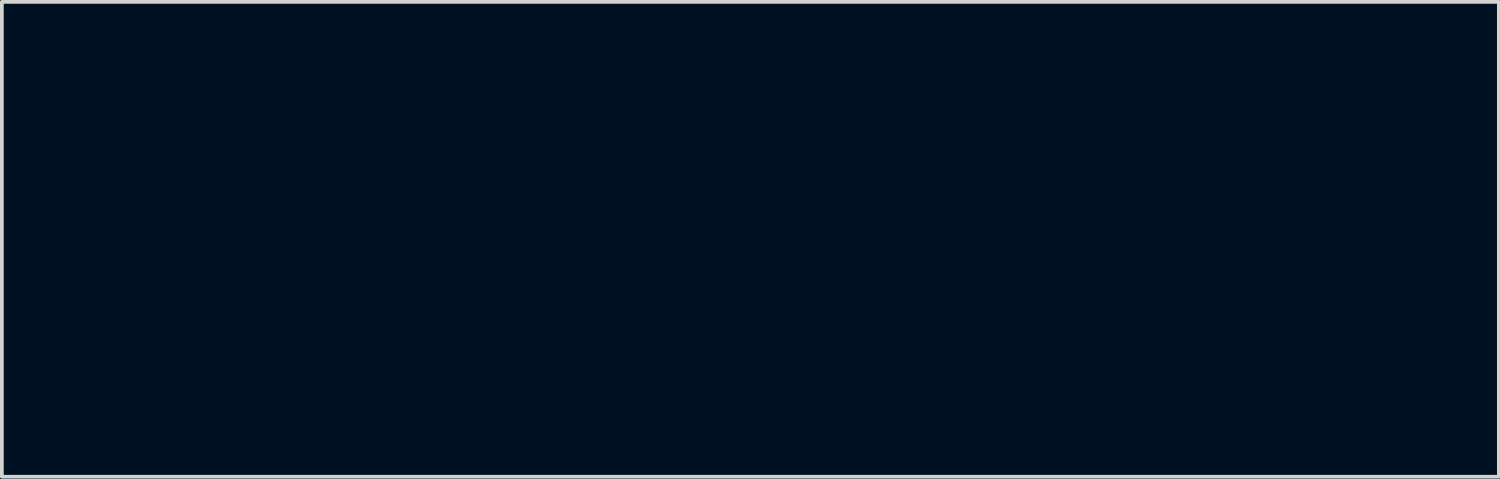
<source format=kicad_pcb>
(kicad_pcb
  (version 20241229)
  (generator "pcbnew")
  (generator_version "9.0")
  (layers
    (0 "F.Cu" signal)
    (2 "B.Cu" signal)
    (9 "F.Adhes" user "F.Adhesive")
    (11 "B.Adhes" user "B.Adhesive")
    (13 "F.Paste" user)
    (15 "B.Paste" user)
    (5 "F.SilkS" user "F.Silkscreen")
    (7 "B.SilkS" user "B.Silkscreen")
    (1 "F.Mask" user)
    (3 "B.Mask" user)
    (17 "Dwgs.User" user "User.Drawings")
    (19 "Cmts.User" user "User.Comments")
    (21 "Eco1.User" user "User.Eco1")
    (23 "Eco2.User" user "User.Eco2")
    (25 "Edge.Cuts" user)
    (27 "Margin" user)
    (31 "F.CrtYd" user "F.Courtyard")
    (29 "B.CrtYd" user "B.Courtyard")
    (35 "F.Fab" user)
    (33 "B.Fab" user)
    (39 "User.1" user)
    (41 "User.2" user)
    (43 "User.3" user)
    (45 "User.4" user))
  (footprint "globus2_overlay_7.5x15.3mm"
    (layer "F.Cu")
    (at 17.025 0.25)
    (property "Reference" "globus2_overlay_7.5x15.3mm" (at 0 5 0) (layer "F.Mask") (effects (font (size 1.524 1.524) (thickness 0.3))))
    (attr through_hole)
    (fp_poly (pts (xy 1.2 3.6) (xy 1.25 3.6) (xy 1.25 3.65) (xy 1.2 3.65) (xy 1.2 3.6)) (stroke (width 0.01) (type solid)) (fill yes) (layer "F.Mask"))
    (fp_poly (pts (xy 1.2 3.65) (xy 1.25 3.65) (xy 1.25 3.7) (xy 1.2 3.7) (xy 1.2 3.65)) (stroke (width 0.01) (type solid)) (fill yes) (layer "F.Mask"))
    (fp_poly (pts (xy 1.2 3.7) (xy 1.25 3.7) (xy 1.25 3.75) (xy 1.2 3.75) (xy 1.2 3.7)) (stroke (width 0.01) (type solid)) (fill yes) (layer "F.Mask"))
    (fp_poly (pts (xy 1.2 3.75) (xy 1.25 3.75) (xy 1.25 3.8) (xy 1.2 3.8) (xy 1.2 3.75)) (stroke (width 0.01) (type solid)) (fill yes) (layer "F.Mask"))
    (fp_poly (pts (xy 1.2 3.8) (xy 1.25 3.8) (xy 1.25 3.85) (xy 1.2 3.85) (xy 1.2 3.8)) (stroke (width 0.01) (type solid)) (fill yes) (layer "F.Mask"))
    (fp_poly (pts (xy 1.2 3.85) (xy 1.25 3.85) (xy 1.25 3.9) (xy 1.2 3.9) (xy 1.2 3.85)) (stroke (width 0.01) (type solid)) (fill yes) (layer "F.Mask"))
    (fp_poly (pts (xy 1.2 3.9) (xy 1.25 3.9) (xy 1.25 3.95) (xy 1.2 3.95) (xy 1.2 3.9)) (stroke (width 0.01) (type solid)) (fill yes) (layer "F.Mask"))
    (fp_poly (pts (xy 1.25 3.55) (xy 1.3 3.55) (xy 1.3 3.6) (xy 1.25 3.6) (xy 1.25 3.55)) (stroke (width 0.01) (type solid)) (fill yes) (layer "F.Mask"))
    (fp_poly (pts (xy 1.25 3.6) (xy 1.3 3.6) (xy 1.3 3.65) (xy 1.25 3.65) (xy 1.25 3.6)) (stroke (width 0.01) (type solid)) (fill yes) (layer "F.Mask"))
    (fp_poly (pts (xy 1.25 3.65) (xy 1.3 3.65) (xy 1.3 3.7) (xy 1.25 3.7) (xy 1.25 3.65)) (stroke (width 0.01) (type solid)) (fill yes) (layer "F.Mask"))
    (fp_poly (pts (xy 1.25 3.7) (xy 1.3 3.7) (xy 1.3 3.75) (xy 1.25 3.75) (xy 1.25 3.7)) (stroke (width 0.01) (type solid)) (fill yes) (layer "F.Mask"))
    (fp_poly (pts (xy 1.25 3.75) (xy 1.3 3.75) (xy 1.3 3.8) (xy 1.25 3.8) (xy 1.25 3.75)) (stroke (width 0.01) (type solid)) (fill yes) (layer "F.Mask"))
    (fp_poly (pts (xy 1.25 3.8) (xy 1.3 3.8) (xy 1.3 3.85) (xy 1.25 3.85) (xy 1.25 3.8)) (stroke (width 0.01) (type solid)) (fill yes) (layer "F.Mask"))
    (fp_poly (pts (xy 1.25 3.85) (xy 1.3 3.85) (xy 1.3 3.9) (xy 1.25 3.9) (xy 1.25 3.85)) (stroke (width 0.01) (type solid)) (fill yes) (layer "F.Mask"))
    (fp_poly (pts (xy 1.25 3.9) (xy 1.3 3.9) (xy 1.3 3.95) (xy 1.25 3.95) (xy 1.25 3.9)) (stroke (width 0.01) (type solid)) (fill yes) (layer "F.Mask"))
    (fp_poly (pts (xy 1.25 3.95) (xy 1.3 3.95) (xy 1.3 4) (xy 1.25 4) (xy 1.25 3.95)) (stroke (width 0.01) (type solid)) (fill yes) (layer "F.Mask"))
    (fp_poly (pts (xy 1.3 3.55) (xy 1.35 3.55) (xy 1.35 3.6) (xy 1.3 3.6) (xy 1.3 3.55)) (stroke (width 0.01) (type solid)) (fill yes) (layer "F.Mask"))
    (fp_poly (pts (xy 1.3 3.6) (xy 1.35 3.6) (xy 1.35 3.65) (xy 1.3 3.65) (xy 1.3 3.6)) (stroke (width 0.01) (type solid)) (fill yes) (layer "F.Mask"))
    (fp_poly (pts (xy 1.3 3.65) (xy 1.35 3.65) (xy 1.35 3.7) (xy 1.3 3.7) (xy 1.3 3.65)) (stroke (width 0.01) (type solid)) (fill yes) (layer "F.Mask"))
    (fp_poly (pts (xy 1.3 3.7) (xy 1.35 3.7) (xy 1.35 3.75) (xy 1.3 3.75) (xy 1.3 3.7)) (stroke (width 0.01) (type solid)) (fill yes) (layer "F.Mask"))
    (fp_poly (pts (xy 1.3 3.75) (xy 1.35 3.75) (xy 1.35 3.8) (xy 1.3 3.8) (xy 1.3 3.75)) (stroke (width 0.01) (type solid)) (fill yes) (layer "F.Mask"))
    (fp_poly (pts (xy 1.3 3.8) (xy 1.35 3.8) (xy 1.35 3.85) (xy 1.3 3.85) (xy 1.3 3.8)) (stroke (width 0.01) (type solid)) (fill yes) (layer "F.Mask"))
    (fp_poly (pts (xy 1.3 3.85) (xy 1.35 3.85) (xy 1.35 3.9) (xy 1.3 3.9) (xy 1.3 3.85)) (stroke (width 0.01) (type solid)) (fill yes) (layer "F.Mask"))
    (fp_poly (pts (xy 1.35 3.55) (xy 1.4 3.55) (xy 1.4 3.6) (xy 1.35 3.6) (xy 1.35 3.55)) (stroke (width 0.01) (type solid)) (fill yes) (layer "F.Mask"))
    (fp_poly (pts (xy 1.35 3.6) (xy 1.4 3.6) (xy 1.4 3.65) (xy 1.35 3.65) (xy 1.35 3.6)) (stroke (width 0.01) (type solid)) (fill yes) (layer "F.Mask"))
    (fp_poly (pts (xy 1.35 3.65) (xy 1.4 3.65) (xy 1.4 3.7) (xy 1.35 3.7) (xy 1.35 3.65)) (stroke (width 0.01) (type solid)) (fill yes) (layer "F.Mask"))
    (fp_poly (pts (xy 1.35 3.7) (xy 1.4 3.7) (xy 1.4 3.75) (xy 1.35 3.75) (xy 1.35 3.7)) (stroke (width 0.01) (type solid)) (fill yes) (layer "F.Mask"))
    (fp_poly (pts (xy 1.35 3.75) (xy 1.4 3.75) (xy 1.4 3.8) (xy 1.35 3.8) (xy 1.35 3.75)) (stroke (width 0.01) (type solid)) (fill yes) (layer "F.Mask"))
    (fp_poly (pts (xy 1.35 3.8) (xy 1.4 3.8) (xy 1.4 3.85) (xy 1.35 3.85) (xy 1.35 3.8)) (stroke (width 0.01) (type solid)) (fill yes) (layer "F.Mask"))
    (fp_poly (pts (xy 1.35 3.85) (xy 1.4 3.85) (xy 1.4 3.9) (xy 1.35 3.9) (xy 1.35 3.85)) (stroke (width 0.01) (type solid)) (fill yes) (layer "F.Mask"))
    (fp_poly (pts (xy 1.35 4) (xy 1.4 4) (xy 1.4 4.05) (xy 1.35 4.05) (xy 1.35 4)) (stroke (width 0.01) (type solid)) (fill yes) (layer "F.Mask"))
    (fp_poly (pts (xy 1.4 3.55) (xy 1.45 3.55) (xy 1.45 3.6) (xy 1.4 3.6) (xy 1.4 3.55)) (stroke (width 0.01) (type solid)) (fill yes) (layer "F.Mask"))
    (fp_poly (pts (xy 1.4 3.65) (xy 1.45 3.65) (xy 1.45 3.7) (xy 1.4 3.7) (xy 1.4 3.65)) (stroke (width 0.01) (type solid)) (fill yes) (layer "F.Mask"))
    (fp_poly (pts (xy 1.4 3.7) (xy 1.45 3.7) (xy 1.45 3.75) (xy 1.4 3.75) (xy 1.4 3.7)) (stroke (width 0.01) (type solid)) (fill yes) (layer "F.Mask"))
    (fp_poly (pts (xy 1.4 3.75) (xy 1.45 3.75) (xy 1.45 3.8) (xy 1.4 3.8) (xy 1.4 3.75)) (stroke (width 0.01) (type solid)) (fill yes) (layer "F.Mask"))
    (fp_poly (pts (xy 1.4 3.8) (xy 1.45 3.8) (xy 1.45 3.85) (xy 1.4 3.85) (xy 1.4 3.8)) (stroke (width 0.01) (type solid)) (fill yes) (layer "F.Mask"))
    (fp_poly (pts (xy 1.4 3.85) (xy 1.45 3.85) (xy 1.45 3.9) (xy 1.4 3.9) (xy 1.4 3.85)) (stroke (width 0.01) (type solid)) (fill yes) (layer "F.Mask"))
    (fp_poly (pts (xy 1.4 3.9) (xy 1.45 3.9) (xy 1.45 3.95) (xy 1.4 3.95) (xy 1.4 3.9)) (stroke (width 0.01) (type solid)) (fill yes) (layer "F.Mask"))
    (fp_poly (pts (xy 1.4 3.95) (xy 1.45 3.95) (xy 1.45 4) (xy 1.4 4) (xy 1.4 3.95)) (stroke (width 0.01) (type solid)) (fill yes) (layer "F.Mask"))
    (fp_poly (pts (xy 1.45 3.6) (xy 1.5 3.6) (xy 1.5 3.65) (xy 1.45 3.65) (xy 1.45 3.6)) (stroke (width 0.01) (type solid)) (fill yes) (layer "F.Mask"))
    (fp_poly (pts (xy 1.45 3.65) (xy 1.5 3.65) (xy 1.5 3.7) (xy 1.45 3.7) (xy 1.45 3.65)) (stroke (width 0.01) (type solid)) (fill yes) (layer "F.Mask"))
    (fp_poly (pts (xy 1.45 3.7) (xy 1.5 3.7) (xy 1.5 3.75) (xy 1.45 3.75) (xy 1.45 3.7)) (stroke (width 0.01) (type solid)) (fill yes) (layer "F.Mask"))
    (fp_poly (pts (xy 1.45 3.75) (xy 1.5 3.75) (xy 1.5 3.8) (xy 1.45 3.8) (xy 1.45 3.75)) (stroke (width 0.01) (type solid)) (fill yes) (layer "F.Mask"))
    (fp_poly (pts (xy 1.45 3.8) (xy 1.5 3.8) (xy 1.5 3.85) (xy 1.45 3.85) (xy 1.45 3.8)) (stroke (width 0.01) (type solid)) (fill yes) (layer "F.Mask"))
    (fp_poly (pts (xy 1.45 3.85) (xy 1.5 3.85) (xy 1.5 3.9) (xy 1.45 3.9) (xy 1.45 3.85)) (stroke (width 0.01) (type solid)) (fill yes) (layer "F.Mask"))
    (fp_poly (pts (xy 1.45 3.9) (xy 1.5 3.9) (xy 1.5 3.95) (xy 1.45 3.95) (xy 1.45 3.9)) (stroke (width 0.01) (type solid)) (fill yes) (layer "F.Mask"))
    (fp_poly (pts (xy 1.45 3.95) (xy 1.5 3.95) (xy 1.5 4) (xy 1.45 4) (xy 1.45 3.95)) (stroke (width 0.01) (type solid)) (fill yes) (layer "F.Mask"))
    (fp_poly (pts (xy 1.5 3.7) (xy 1.55 3.7) (xy 1.55 3.75) (xy 1.5 3.75) (xy 1.5 3.7)) (stroke (width 0.01) (type solid)) (fill yes) (layer "F.Mask"))
    (fp_poly (pts (xy 1.5 3.75) (xy 1.55 3.75) (xy 1.55 3.8) (xy 1.5 3.8) (xy 1.5 3.75)) (stroke (width 0.01) (type solid)) (fill yes) (layer "F.Mask"))
    (fp_poly (pts (xy 1.5 3.8) (xy 1.55 3.8) (xy 1.55 3.85) (xy 1.5 3.85) (xy 1.5 3.8)) (stroke (width 0.01) (type solid)) (fill yes) (layer "F.Mask"))
    (fp_poly (pts (xy 1.5 3.85) (xy 1.55 3.85) (xy 1.55 3.9) (xy 1.5 3.9) (xy 1.5 3.85)) (stroke (width 0.01) (type solid)) (fill yes) (layer "F.Mask"))
    (fp_poly (pts (xy 1.5 3.9) (xy 1.55 3.9) (xy 1.55 3.95) (xy 1.5 3.95) (xy 1.5 3.9)) (stroke (width 0.01) (type solid)) (fill yes) (layer "F.Mask"))
    (fp_poly (pts (xy 1.55 3.7) (xy 1.6 3.7) (xy 1.6 3.75) (xy 1.55 3.75) (xy 1.55 3.7)) (stroke (width 0.01) (type solid)) (fill yes) (layer "F.Mask"))
    (fp_poly (pts (xy 1.55 3.75) (xy 1.6 3.75) (xy 1.6 3.8) (xy 1.55 3.8) (xy 1.55 3.75)) (stroke (width 0.01) (type solid)) (fill yes) (layer "F.Mask"))
    (fp_poly (pts (xy 1.55 3.8) (xy 1.6 3.8) (xy 1.6 3.85) (xy 1.55 3.85) (xy 1.55 3.8)) (stroke (width 0.01) (type solid)) (fill yes) (layer "F.Mask"))
    (fp_poly (pts (xy 1.55 3.85) (xy 1.6 3.85) (xy 1.6 3.9) (xy 1.55 3.9) (xy 1.55 3.85)) (stroke (width 0.01) (type solid)) (fill yes) (layer "F.Mask"))
    (fp_poly (pts (xy 1.55 3.9) (xy 1.6 3.9) (xy 1.6 3.95) (xy 1.55 3.95) (xy 1.55 3.9)) (stroke (width 0.01) (type solid)) (fill yes) (layer "F.Mask"))
    (fp_poly (pts (xy 2.9 3.15) (xy 2.95 3.15) (xy 2.95 3.2) (xy 2.9 3.2) (xy 2.9 3.15)) (stroke (width 0.01) (type solid)) (fill yes) (layer "F.Mask"))
    (fp_poly (pts (xy 2.9 3.2) (xy 2.95 3.2) (xy 2.95 3.25) (xy 2.9 3.25) (xy 2.9 3.2)) (stroke (width 0.01) (type solid)) (fill yes) (layer "F.Mask"))
    (fp_poly (pts (xy 2.9 3.25) (xy 2.95 3.25) (xy 2.95 3.3) (xy 2.9 3.3) (xy 2.9 3.25)) (stroke (width 0.01) (type solid)) (fill yes) (layer "F.Mask"))
    (fp_poly (pts (xy 2.9 4.25) (xy 2.95 4.25) (xy 2.95 4.3) (xy 2.9 4.3) (xy 2.9 4.25)) (stroke (width 0.01) (type solid)) (fill yes) (layer "F.Mask"))
    (fp_poly (pts (xy 2.9 4.3) (xy 2.95 4.3) (xy 2.95 4.35) (xy 2.9 4.35) (xy 2.9 4.3)) (stroke (width 0.01) (type solid)) (fill yes) (layer "F.Mask"))
    (fp_poly (pts (xy 2.9 4.35) (xy 2.95 4.35) (xy 2.95 4.4) (xy 2.9 4.4) (xy 2.9 4.35)) (stroke (width 0.01) (type solid)) (fill yes) (layer "F.Mask"))
    (fp_poly (pts (xy 2.9 4.4) (xy 2.95 4.4) (xy 2.95 4.45) (xy 2.9 4.45) (xy 2.9 4.4)) (stroke (width 0.01) (type solid)) (fill yes) (layer "F.Mask"))
    (fp_poly (pts (xy 2.9 4.45) (xy 2.95 4.45) (xy 2.95 4.5) (xy 2.9 4.5) (xy 2.9 4.45)) (stroke (width 0.01) (type solid)) (fill yes) (layer "F.Mask"))
    (fp_poly (pts (xy 2.95 3.1) (xy 3 3.1) (xy 3 3.15) (xy 2.95 3.15) (xy 2.95 3.1)) (stroke (width 0.01) (type solid)) (fill yes) (layer "F.Mask"))
    (fp_poly (pts (xy 2.95 3.15) (xy 3 3.15) (xy 3 3.2) (xy 2.95 3.2) (xy 2.95 3.15)) (stroke (width 0.01) (type solid)) (fill yes) (layer "F.Mask"))
    (fp_poly (pts (xy 2.95 3.2) (xy 3 3.2) (xy 3 3.25) (xy 2.95 3.25) (xy 2.95 3.2)) (stroke (width 0.01) (type solid)) (fill yes) (layer "F.Mask"))
    (fp_poly (pts (xy 2.95 3.25) (xy 3 3.25) (xy 3 3.3) (xy 2.95 3.3) (xy 2.95 3.25)) (stroke (width 0.01) (type solid)) (fill yes) (layer "F.Mask"))
    (fp_poly (pts (xy 2.95 3.3) (xy 3 3.3) (xy 3 3.35) (xy 2.95 3.35) (xy 2.95 3.3)) (stroke (width 0.01) (type solid)) (fill yes) (layer "F.Mask"))
    (fp_poly (pts (xy 2.95 4.2) (xy 3 4.2) (xy 3 4.25) (xy 2.95 4.25) (xy 2.95 4.2)) (stroke (width 0.01) (type solid)) (fill yes) (layer "F.Mask"))
    (fp_poly (pts (xy 2.95 4.25) (xy 3 4.25) (xy 3 4.3) (xy 2.95 4.3) (xy 2.95 4.25)) (stroke (width 0.01) (type solid)) (fill yes) (layer "F.Mask"))
    (fp_poly (pts (xy 2.95 4.3) (xy 3 4.3) (xy 3 4.35) (xy 2.95 4.35) (xy 2.95 4.3)) (stroke (width 0.01) (type solid)) (fill yes) (layer "F.Mask"))
    (fp_poly (pts (xy 2.95 4.35) (xy 3 4.35) (xy 3 4.4) (xy 2.95 4.4) (xy 2.95 4.35)) (stroke (width 0.01) (type solid)) (fill yes) (layer "F.Mask"))
    (fp_poly (pts (xy 2.95 4.4) (xy 3 4.4) (xy 3 4.45) (xy 2.95 4.45) (xy 2.95 4.4)) (stroke (width 0.01) (type solid)) (fill yes) (layer "F.Mask"))
    (fp_poly (pts (xy 2.95 4.45) (xy 3 4.45) (xy 3 4.5) (xy 2.95 4.5) (xy 2.95 4.45)) (stroke (width 0.01) (type solid)) (fill yes) (layer "F.Mask"))
    (fp_poly (pts (xy 2.95 4.5) (xy 3 4.5) (xy 3 4.55) (xy 2.95 4.55) (xy 2.95 4.5)) (stroke (width 0.01) (type solid)) (fill yes) (layer "F.Mask"))
    (fp_poly (pts (xy 3 3.05) (xy 3.05 3.05) (xy 3.05 3.1) (xy 3 3.1) (xy 3 3.05)) (stroke (width 0.01) (type solid)) (fill yes) (layer "F.Mask"))
    (fp_poly (pts (xy 3 3.1) (xy 3.05 3.1) (xy 3.05 3.15) (xy 3 3.15) (xy 3 3.1)) (stroke (width 0.01) (type solid)) (fill yes) (layer "F.Mask"))
    (fp_poly (pts (xy 3 3.15) (xy 3.05 3.15) (xy 3.05 3.2) (xy 3 3.2) (xy 3 3.15)) (stroke (width 0.01) (type solid)) (fill yes) (layer "F.Mask"))
    (fp_poly (pts (xy 3 3.2) (xy 3.05 3.2) (xy 3.05 3.25) (xy 3 3.25) (xy 3 3.2)) (stroke (width 0.01) (type solid)) (fill yes) (layer "F.Mask"))
    (fp_poly (pts (xy 3 3.25) (xy 3.05 3.25) (xy 3.05 3.3) (xy 3 3.3) (xy 3 3.25)) (stroke (width 0.01) (type solid)) (fill yes) (layer "F.Mask"))
    (fp_poly (pts (xy 3 3.3) (xy 3.05 3.3) (xy 3.05 3.35) (xy 3 3.35) (xy 3 3.3)) (stroke (width 0.01) (type solid)) (fill yes) (layer "F.Mask"))
    (fp_poly (pts (xy 3 3.35) (xy 3.05 3.35) (xy 3.05 3.4) (xy 3 3.4) (xy 3 3.35)) (stroke (width 0.01) (type solid)) (fill yes) (layer "F.Mask"))
    (fp_poly (pts (xy 3 4.2) (xy 3.05 4.2) (xy 3.05 4.25) (xy 3 4.25) (xy 3 4.2)) (stroke (width 0.01) (type solid)) (fill yes) (layer "F.Mask"))
    (fp_poly (pts (xy 3 4.25) (xy 3.05 4.25) (xy 3.05 4.3) (xy 3 4.3) (xy 3 4.25)) (stroke (width 0.01) (type solid)) (fill yes) (layer "F.Mask"))
    (fp_poly (pts (xy 3 4.3) (xy 3.05 4.3) (xy 3.05 4.35) (xy 3 4.35) (xy 3 4.3)) (stroke (width 0.01) (type solid)) (fill yes) (layer "F.Mask"))
    (fp_poly (pts (xy 3 4.35) (xy 3.05 4.35) (xy 3.05 4.4) (xy 3 4.4) (xy 3 4.35)) (stroke (width 0.01) (type solid)) (fill yes) (layer "F.Mask"))
    (fp_poly (pts (xy 3 4.4) (xy 3.05 4.4) (xy 3.05 4.45) (xy 3 4.45) (xy 3 4.4)) (stroke (width 0.01) (type solid)) (fill yes) (layer "F.Mask"))
    (fp_poly (pts (xy 3 4.45) (xy 3.05 4.45) (xy 3.05 4.5) (xy 3 4.5) (xy 3 4.45)) (stroke (width 0.01) (type solid)) (fill yes) (layer "F.Mask"))
    (fp_poly (pts (xy 3 4.5) (xy 3.05 4.5) (xy 3.05 4.55) (xy 3 4.55) (xy 3 4.5)) (stroke (width 0.01) (type solid)) (fill yes) (layer "F.Mask"))
    (fp_poly (pts (xy 3.05 3.05) (xy 3.1 3.05) (xy 3.1 3.1) (xy 3.05 3.1) (xy 3.05 3.05)) (stroke (width 0.01) (type solid)) (fill yes) (layer "F.Mask"))
    (fp_poly (pts (xy 3.05 3.1) (xy 3.1 3.1) (xy 3.1 3.15) (xy 3.05 3.15) (xy 3.05 3.1)) (stroke (width 0.01) (type solid)) (fill yes) (layer "F.Mask"))
    (fp_poly (pts (xy 3.05 3.15) (xy 3.1 3.15) (xy 3.1 3.2) (xy 3.05 3.2) (xy 3.05 3.15)) (stroke (width 0.01) (type solid)) (fill yes) (layer "F.Mask"))
    (fp_poly (pts (xy 3.05 3.2) (xy 3.1 3.2) (xy 3.1 3.25) (xy 3.05 3.25) (xy 3.05 3.2)) (stroke (width 0.01) (type solid)) (fill yes) (layer "F.Mask"))
    (fp_poly (pts (xy 3.05 3.25) (xy 3.1 3.25) (xy 3.1 3.3) (xy 3.05 3.3) (xy 3.05 3.25)) (stroke (width 0.01) (type solid)) (fill yes) (layer "F.Mask"))
    (fp_poly (pts (xy 3.05 3.3) (xy 3.1 3.3) (xy 3.1 3.35) (xy 3.05 3.35) (xy 3.05 3.3)) (stroke (width 0.01) (type solid)) (fill yes) (layer "F.Mask"))
    (fp_poly (pts (xy 3.05 3.35) (xy 3.1 3.35) (xy 3.1 3.4) (xy 3.05 3.4) (xy 3.05 3.35)) (stroke (width 0.01) (type solid)) (fill yes) (layer "F.Mask"))
    (fp_poly (pts (xy 3.05 4.2) (xy 3.1 4.2) (xy 3.1 4.25) (xy 3.05 4.25) (xy 3.05 4.2)) (stroke (width 0.01) (type solid)) (fill yes) (layer "F.Mask"))
    (fp_poly (pts (xy 3.05 4.25) (xy 3.1 4.25) (xy 3.1 4.3) (xy 3.05 4.3) (xy 3.05 4.25)) (stroke (width 0.01) (type solid)) (fill yes) (layer "F.Mask"))
    (fp_poly (pts (xy 3.05 4.3) (xy 3.1 4.3) (xy 3.1 4.35) (xy 3.05 4.35) (xy 3.05 4.3)) (stroke (width 0.01) (type solid)) (fill yes) (layer "F.Mask"))
    (fp_poly (pts (xy 3.05 4.35) (xy 3.1 4.35) (xy 3.1 4.4) (xy 3.05 4.4) (xy 3.05 4.35)) (stroke (width 0.01) (type solid)) (fill yes) (layer "F.Mask"))
    (fp_poly (pts (xy 3.05 4.4) (xy 3.1 4.4) (xy 3.1 4.45) (xy 3.05 4.45) (xy 3.05 4.4)) (stroke (width 0.01) (type solid)) (fill yes) (layer "F.Mask"))
    (fp_poly (pts (xy 3.05 4.45) (xy 3.1 4.45) (xy 3.1 4.5) (xy 3.05 4.5) (xy 3.05 4.45)) (stroke (width 0.01) (type solid)) (fill yes) (layer "F.Mask"))
    (fp_poly (pts (xy 3.05 4.5) (xy 3.1 4.5) (xy 3.1 4.55) (xy 3.05 4.55) (xy 3.05 4.5)) (stroke (width 0.01) (type solid)) (fill yes) (layer "F.Mask"))
    (fp_poly (pts (xy 3.1 3.05) (xy 3.15 3.05) (xy 3.15 3.1) (xy 3.1 3.1) (xy 3.1 3.05)) (stroke (width 0.01) (type solid)) (fill yes) (layer "F.Mask"))
    (fp_poly (pts (xy 3.1 3.1) (xy 3.15 3.1) (xy 3.15 3.15) (xy 3.1 3.15) (xy 3.1 3.1)) (stroke (width 0.01) (type solid)) (fill yes) (layer "F.Mask"))
    (fp_poly (pts (xy 3.1 3.15) (xy 3.15 3.15) (xy 3.15 3.2) (xy 3.1 3.2) (xy 3.1 3.15)) (stroke (width 0.01) (type solid)) (fill yes) (layer "F.Mask"))
    (fp_poly (pts (xy 3.1 3.2) (xy 3.15 3.2) (xy 3.15 3.25) (xy 3.1 3.25) (xy 3.1 3.2)) (stroke (width 0.01) (type solid)) (fill yes) (layer "F.Mask"))
    (fp_poly (pts (xy 3.1 3.25) (xy 3.15 3.25) (xy 3.15 3.3) (xy 3.1 3.3) (xy 3.1 3.25)) (stroke (width 0.01) (type solid)) (fill yes) (layer "F.Mask"))
    (fp_poly (pts (xy 3.1 3.3) (xy 3.15 3.3) (xy 3.15 3.35) (xy 3.1 3.35) (xy 3.1 3.3)) (stroke (width 0.01) (type solid)) (fill yes) (layer "F.Mask"))
    (fp_poly (pts (xy 3.1 3.35) (xy 3.15 3.35) (xy 3.15 3.4) (xy 3.1 3.4) (xy 3.1 3.35)) (stroke (width 0.01) (type solid)) (fill yes) (layer "F.Mask"))
    (fp_poly (pts (xy 3.1 4.2) (xy 3.15 4.2) (xy 3.15 4.25) (xy 3.1 4.25) (xy 3.1 4.2)) (stroke (width 0.01) (type solid)) (fill yes) (layer "F.Mask"))
    (fp_poly (pts (xy 3.1 4.25) (xy 3.15 4.25) (xy 3.15 4.3) (xy 3.1 4.3) (xy 3.1 4.25)) (stroke (width 0.01) (type solid)) (fill yes) (layer "F.Mask"))
    (fp_poly (pts (xy 3.1 4.3) (xy 3.15 4.3) (xy 3.15 4.35) (xy 3.1 4.35) (xy 3.1 4.3)) (stroke (width 0.01) (type solid)) (fill yes) (layer "F.Mask"))
    (fp_poly (pts (xy 3.1 4.35) (xy 3.15 4.35) (xy 3.15 4.4) (xy 3.1 4.4) (xy 3.1 4.35)) (stroke (width 0.01) (type solid)) (fill yes) (layer "F.Mask"))
    (fp_poly (pts (xy 3.1 4.4) (xy 3.15 4.4) (xy 3.15 4.45) (xy 3.1 4.45) (xy 3.1 4.4)) (stroke (width 0.01) (type solid)) (fill yes) (layer "F.Mask"))
    (fp_poly (pts (xy 3.1 4.45) (xy 3.15 4.45) (xy 3.15 4.5) (xy 3.1 4.5) (xy 3.1 4.45)) (stroke (width 0.01) (type solid)) (fill yes) (layer "F.Mask"))
    (fp_poly (pts (xy 3.1 4.5) (xy 3.15 4.5) (xy 3.15 4.55) (xy 3.1 4.55) (xy 3.1 4.5)) (stroke (width 0.01) (type solid)) (fill yes) (layer "F.Mask"))
    (fp_poly (pts (xy 3.15 3.1) (xy 3.2 3.1) (xy 3.2 3.15) (xy 3.15 3.15) (xy 3.15 3.1)) (stroke (width 0.01) (type solid)) (fill yes) (layer "F.Mask"))
    (fp_poly (pts (xy 3.15 3.15) (xy 3.2 3.15) (xy 3.2 3.2) (xy 3.15 3.2) (xy 3.15 3.15)) (stroke (width 0.01) (type solid)) (fill yes) (layer "F.Mask"))
    (fp_poly (pts (xy 3.15 3.2) (xy 3.2 3.2) (xy 3.2 3.25) (xy 3.15 3.25) (xy 3.15 3.2)) (stroke (width 0.01) (type solid)) (fill yes) (layer "F.Mask"))
    (fp_poly (pts (xy 3.15 3.25) (xy 3.2 3.25) (xy 3.2 3.3) (xy 3.15 3.3) (xy 3.15 3.25)) (stroke (width 0.01) (type solid)) (fill yes) (layer "F.Mask"))
    (fp_poly (pts (xy 3.15 3.3) (xy 3.2 3.3) (xy 3.2 3.35) (xy 3.15 3.35) (xy 3.15 3.3)) (stroke (width 0.01) (type solid)) (fill yes) (layer "F.Mask"))
    (fp_poly (pts (xy 3.15 4.2) (xy 3.2 4.2) (xy 3.2 4.25) (xy 3.15 4.25) (xy 3.15 4.2)) (stroke (width 0.01) (type solid)) (fill yes) (layer "F.Mask"))
    (fp_poly (pts (xy 3.15 4.25) (xy 3.2 4.25) (xy 3.2 4.3) (xy 3.15 4.3) (xy 3.15 4.25)) (stroke (width 0.01) (type solid)) (fill yes) (layer "F.Mask"))
    (fp_poly (pts (xy 3.15 4.3) (xy 3.2 4.3) (xy 3.2 4.35) (xy 3.15 4.35) (xy 3.15 4.3)) (stroke (width 0.01) (type solid)) (fill yes) (layer "F.Mask"))
    (fp_poly (pts (xy 3.15 4.35) (xy 3.2 4.35) (xy 3.2 4.4) (xy 3.15 4.4) (xy 3.15 4.35)) (stroke (width 0.01) (type solid)) (fill yes) (layer "F.Mask"))
    (fp_poly (pts (xy 3.15 4.4) (xy 3.2 4.4) (xy 3.2 4.45) (xy 3.15 4.45) (xy 3.15 4.4)) (stroke (width 0.01) (type solid)) (fill yes) (layer "F.Mask"))
    (fp_poly (pts (xy 3.15 4.45) (xy 3.2 4.45) (xy 3.2 4.5) (xy 3.15 4.5) (xy 3.15 4.45)) (stroke (width 0.01) (type solid)) (fill yes) (layer "F.Mask"))
    (fp_poly (pts (xy 3.2 3.15) (xy 3.25 3.15) (xy 3.25 3.2) (xy 3.2 3.2) (xy 3.2 3.15)) (stroke (width 0.01) (type solid)) (fill yes) (layer "F.Mask"))
    (fp_poly (pts (xy 3.2 3.2) (xy 3.25 3.2) (xy 3.25 3.25) (xy 3.2 3.25) (xy 3.2 3.2)) (stroke (width 0.01) (type solid)) (fill yes) (layer "F.Mask"))
    (fp_poly (pts (xy 3.2 3.25) (xy 3.25 3.25) (xy 3.25 3.3) (xy 3.2 3.3) (xy 3.2 3.25)) (stroke (width 0.01) (type solid)) (fill yes) (layer "F.Mask"))
    (fp_poly (pts (xy 3.2 4.25) (xy 3.25 4.25) (xy 3.25 4.3) (xy 3.2 4.3) (xy 3.2 4.25)) (stroke (width 0.01) (type solid)) (fill yes) (layer "F.Mask"))
    (fp_poly (pts (xy 3.2 4.3) (xy 3.25 4.3) (xy 3.25 4.35) (xy 3.2 4.35) (xy 3.2 4.3)) (stroke (width 0.01) (type solid)) (fill yes) (layer "F.Mask"))
    (fp_poly (pts (xy 3.2 4.35) (xy 3.25 4.35) (xy 3.25 4.4) (xy 3.2 4.4) (xy 3.2 4.35)) (stroke (width 0.01) (type solid)) (fill yes) (layer "F.Mask"))
    (fp_poly (pts (xy 3.2 4.4) (xy 3.25 4.4) (xy 3.25 4.45) (xy 3.2 4.45) (xy 3.2 4.4)) (stroke (width 0.01) (type solid)) (fill yes) (layer "F.Mask"))
    (fp_poly (pts (xy 3.45 1.2) (xy 3.5 1.2) (xy 3.5 1.25) (xy 3.45 1.25) (xy 3.45 1.2)) (stroke (width 0.01) (type solid)) (fill yes) (layer "F.Mask"))
    (fp_poly (pts (xy 3.45 1.25) (xy 3.5 1.25) (xy 3.5 1.3) (xy 3.45 1.3) (xy 3.45 1.25)) (stroke (width 0.01) (type solid)) (fill yes) (layer "F.Mask"))
    (fp_poly (pts (xy 3.45 1.3) (xy 3.5 1.3) (xy 3.5 1.35) (xy 3.45 1.35) (xy 3.45 1.3)) (stroke (width 0.01) (type solid)) (fill yes) (layer "F.Mask"))
    (fp_poly (pts (xy 3.45 6.1) (xy 3.5 6.1) (xy 3.5 6.15) (xy 3.45 6.15) (xy 3.45 6.1)) (stroke (width 0.01) (type solid)) (fill yes) (layer "F.Mask"))
    (fp_poly (pts (xy 3.45 6.15) (xy 3.5 6.15) (xy 3.5 6.2) (xy 3.45 6.2) (xy 3.45 6.15)) (stroke (width 0.01) (type solid)) (fill yes) (layer "F.Mask"))
    (fp_poly (pts (xy 3.45 6.2) (xy 3.5 6.2) (xy 3.5 6.25) (xy 3.45 6.25) (xy 3.45 6.2)) (stroke (width 0.01) (type solid)) (fill yes) (layer "F.Mask"))
    (fp_poly (pts (xy 3.5 1.15) (xy 3.55 1.15) (xy 3.55 1.2) (xy 3.5 1.2) (xy 3.5 1.15)) (stroke (width 0.01) (type solid)) (fill yes) (layer "F.Mask"))
    (fp_poly (pts (xy 3.5 1.2) (xy 3.55 1.2) (xy 3.55 1.25) (xy 3.5 1.25) (xy 3.5 1.2)) (stroke (width 0.01) (type solid)) (fill yes) (layer "F.Mask"))
    (fp_poly (pts (xy 3.5 1.25) (xy 3.55 1.25) (xy 3.55 1.3) (xy 3.5 1.3) (xy 3.5 1.25)) (stroke (width 0.01) (type solid)) (fill yes) (layer "F.Mask"))
    (fp_poly (pts (xy 3.5 1.3) (xy 3.55 1.3) (xy 3.55 1.35) (xy 3.5 1.35) (xy 3.5 1.3)) (stroke (width 0.01) (type solid)) (fill yes) (layer "F.Mask"))
    (fp_poly (pts (xy 3.5 1.35) (xy 3.55 1.35) (xy 3.55 1.4) (xy 3.5 1.4) (xy 3.5 1.35)) (stroke (width 0.01) (type solid)) (fill yes) (layer "F.Mask"))
    (fp_poly (pts (xy 3.5 1.4) (xy 3.55 1.4) (xy 3.55 1.45) (xy 3.5 1.45) (xy 3.5 1.4)) (stroke (width 0.01) (type solid)) (fill yes) (layer "F.Mask"))
    (fp_poly (pts (xy 3.5 6) (xy 3.55 6) (xy 3.55 6.05) (xy 3.5 6.05) (xy 3.5 6)) (stroke (width 0.01) (type solid)) (fill yes) (layer "F.Mask"))
    (fp_poly (pts (xy 3.5 6.05) (xy 3.55 6.05) (xy 3.55 6.1) (xy 3.5 6.1) (xy 3.5 6.05)) (stroke (width 0.01) (type solid)) (fill yes) (layer "F.Mask"))
    (fp_poly (pts (xy 3.5 6.1) (xy 3.55 6.1) (xy 3.55 6.15) (xy 3.5 6.15) (xy 3.5 6.1)) (stroke (width 0.01) (type solid)) (fill yes) (layer "F.Mask"))
    (fp_poly (pts (xy 3.5 6.15) (xy 3.55 6.15) (xy 3.55 6.2) (xy 3.5 6.2) (xy 3.5 6.15)) (stroke (width 0.01) (type solid)) (fill yes) (layer "F.Mask"))
    (fp_poly (pts (xy 3.5 6.2) (xy 3.55 6.2) (xy 3.55 6.25) (xy 3.5 6.25) (xy 3.5 6.2)) (stroke (width 0.01) (type solid)) (fill yes) (layer "F.Mask"))
    (fp_poly (pts (xy 3.5 6.25) (xy 3.55 6.25) (xy 3.55 6.3) (xy 3.5 6.3) (xy 3.5 6.25)) (stroke (width 0.01) (type solid)) (fill yes) (layer "F.Mask"))
    (fp_poly (pts (xy 3.5 6.3) (xy 3.55 6.3) (xy 3.55 6.35) (xy 3.5 6.35) (xy 3.5 6.3)) (stroke (width 0.01) (type solid)) (fill yes) (layer "F.Mask"))
    (fp_poly (pts (xy 3.55 1.15) (xy 3.6 1.15) (xy 3.6 1.2) (xy 3.55 1.2) (xy 3.55 1.15)) (stroke (width 0.01) (type solid)) (fill yes) (layer "F.Mask"))
    (fp_poly (pts (xy 3.55 1.2) (xy 3.6 1.2) (xy 3.6 1.25) (xy 3.55 1.25) (xy 3.55 1.2)) (stroke (width 0.01) (type solid)) (fill yes) (layer "F.Mask"))
    (fp_poly (pts (xy 3.55 1.25) (xy 3.6 1.25) (xy 3.6 1.3) (xy 3.55 1.3) (xy 3.55 1.25)) (stroke (width 0.01) (type solid)) (fill yes) (layer "F.Mask"))
    (fp_poly (pts (xy 3.55 1.3) (xy 3.6 1.3) (xy 3.6 1.35) (xy 3.55 1.35) (xy 3.55 1.3)) (stroke (width 0.01) (type solid)) (fill yes) (layer "F.Mask"))
    (fp_poly (pts (xy 3.55 1.35) (xy 3.6 1.35) (xy 3.6 1.4) (xy 3.55 1.4) (xy 3.55 1.35)) (stroke (width 0.01) (type solid)) (fill yes) (layer "F.Mask"))
    (fp_poly (pts (xy 3.55 1.45) (xy 3.6 1.45) (xy 3.6 1.5) (xy 3.55 1.5) (xy 3.55 1.45)) (stroke (width 0.01) (type solid)) (fill yes) (layer "F.Mask"))
    (fp_poly (pts (xy 3.55 5.95) (xy 3.6 5.95) (xy 3.6 6) (xy 3.55 6) (xy 3.55 5.95)) (stroke (width 0.01) (type solid)) (fill yes) (layer "F.Mask"))
    (fp_poly (pts (xy 3.55 6) (xy 3.6 6) (xy 3.6 6.05) (xy 3.55 6.05) (xy 3.55 6)) (stroke (width 0.01) (type solid)) (fill yes) (layer "F.Mask"))
    (fp_poly (pts (xy 3.55 6.05) (xy 3.6 6.05) (xy 3.6 6.1) (xy 3.55 6.1) (xy 3.55 6.05)) (stroke (width 0.01) (type solid)) (fill yes) (layer "F.Mask"))
    (fp_poly (pts (xy 3.55 6.1) (xy 3.6 6.1) (xy 3.6 6.15) (xy 3.55 6.15) (xy 3.55 6.1)) (stroke (width 0.01) (type solid)) (fill yes) (layer "F.Mask"))
    (fp_poly (pts (xy 3.55 6.15) (xy 3.6 6.15) (xy 3.6 6.2) (xy 3.55 6.2) (xy 3.55 6.15)) (stroke (width 0.01) (type solid)) (fill yes) (layer "F.Mask"))
    (fp_poly (pts (xy 3.55 6.2) (xy 3.6 6.2) (xy 3.6 6.25) (xy 3.55 6.25) (xy 3.55 6.2)) (stroke (width 0.01) (type solid)) (fill yes) (layer "F.Mask"))
    (fp_poly (pts (xy 3.55 6.25) (xy 3.6 6.25) (xy 3.6 6.3) (xy 3.55 6.3) (xy 3.55 6.25)) (stroke (width 0.01) (type solid)) (fill yes) (layer "F.Mask"))
    (fp_poly (pts (xy 3.55 6.3) (xy 3.6 6.3) (xy 3.6 6.35) (xy 3.55 6.35) (xy 3.55 6.3)) (stroke (width 0.01) (type solid)) (fill yes) (layer "F.Mask"))
    (fp_poly (pts (xy 3.55 6.35) (xy 3.6 6.35) (xy 3.6 6.4) (xy 3.55 6.4) (xy 3.55 6.35)) (stroke (width 0.01) (type solid)) (fill yes) (layer "F.Mask"))
    (fp_poly (pts (xy 3.6 1.15) (xy 3.65 1.15) (xy 3.65 1.2) (xy 3.6 1.2) (xy 3.6 1.15)) (stroke (width 0.01) (type solid)) (fill yes) (layer "F.Mask"))
    (fp_poly (pts (xy 3.6 1.2) (xy 3.65 1.2) (xy 3.65 1.25) (xy 3.6 1.25) (xy 3.6 1.2)) (stroke (width 0.01) (type solid)) (fill yes) (layer "F.Mask"))
    (fp_poly (pts (xy 3.6 1.25) (xy 3.65 1.25) (xy 3.65 1.3) (xy 3.6 1.3) (xy 3.6 1.25)) (stroke (width 0.01) (type solid)) (fill yes) (layer "F.Mask"))
    (fp_poly (pts (xy 3.6 1.3) (xy 3.65 1.3) (xy 3.65 1.35) (xy 3.6 1.35) (xy 3.6 1.3)) (stroke (width 0.01) (type solid)) (fill yes) (layer "F.Mask"))
    (fp_poly (pts (xy 3.6 1.35) (xy 3.65 1.35) (xy 3.65 1.4) (xy 3.6 1.4) (xy 3.6 1.35)) (stroke (width 0.01) (type solid)) (fill yes) (layer "F.Mask"))
    (fp_poly (pts (xy 3.6 1.4) (xy 3.65 1.4) (xy 3.65 1.45) (xy 3.6 1.45) (xy 3.6 1.4)) (stroke (width 0.01) (type solid)) (fill yes) (layer "F.Mask"))
    (fp_poly (pts (xy 3.6 5.95) (xy 3.65 5.95) (xy 3.65 6) (xy 3.6 6) (xy 3.6 5.95)) (stroke (width 0.01) (type solid)) (fill yes) (layer "F.Mask"))
    (fp_poly (pts (xy 3.6 6) (xy 3.65 6) (xy 3.65 6.05) (xy 3.6 6.05) (xy 3.6 6)) (stroke (width 0.01) (type solid)) (fill yes) (layer "F.Mask"))
    (fp_poly (pts (xy 3.6 6.05) (xy 3.65 6.05) (xy 3.65 6.1) (xy 3.6 6.1) (xy 3.6 6.05)) (stroke (width 0.01) (type solid)) (fill yes) (layer "F.Mask"))
    (fp_poly (pts (xy 3.6 6.1) (xy 3.65 6.1) (xy 3.65 6.15) (xy 3.6 6.15) (xy 3.6 6.1)) (stroke (width 0.01) (type solid)) (fill yes) (layer "F.Mask"))
    (fp_poly (pts (xy 3.6 6.15) (xy 3.65 6.15) (xy 3.65 6.2) (xy 3.6 6.2) (xy 3.6 6.15)) (stroke (width 0.01) (type solid)) (fill yes) (layer "F.Mask"))
    (fp_poly (pts (xy 3.6 6.2) (xy 3.65 6.2) (xy 3.65 6.25) (xy 3.6 6.25) (xy 3.6 6.2)) (stroke (width 0.01) (type solid)) (fill yes) (layer "F.Mask"))
    (fp_poly (pts (xy 3.6 6.25) (xy 3.65 6.25) (xy 3.65 6.3) (xy 3.6 6.3) (xy 3.6 6.25)) (stroke (width 0.01) (type solid)) (fill yes) (layer "F.Mask"))
    (fp_poly (pts (xy 3.6 6.3) (xy 3.65 6.3) (xy 3.65 6.35) (xy 3.6 6.35) (xy 3.6 6.3)) (stroke (width 0.01) (type solid)) (fill yes) (layer "F.Mask"))
    (fp_poly (pts (xy 3.6 6.35) (xy 3.65 6.35) (xy 3.65 6.4) (xy 3.6 6.4) (xy 3.6 6.35)) (stroke (width 0.01) (type solid)) (fill yes) (layer "F.Mask"))
    (fp_poly (pts (xy 3.65 1.15) (xy 3.7 1.15) (xy 3.7 1.2) (xy 3.65 1.2) (xy 3.65 1.15)) (stroke (width 0.01) (type solid)) (fill yes) (layer "F.Mask"))
    (fp_poly (pts (xy 3.65 1.2) (xy 3.7 1.2) (xy 3.7 1.25) (xy 3.65 1.25) (xy 3.65 1.2)) (stroke (width 0.01) (type solid)) (fill yes) (layer "F.Mask"))
    (fp_poly (pts (xy 3.65 1.25) (xy 3.7 1.25) (xy 3.7 1.3) (xy 3.65 1.3) (xy 3.65 1.25)) (stroke (width 0.01) (type solid)) (fill yes) (layer "F.Mask"))
    (fp_poly (pts (xy 3.65 1.3) (xy 3.7 1.3) (xy 3.7 1.35) (xy 3.65 1.35) (xy 3.65 1.3)) (stroke (width 0.01) (type solid)) (fill yes) (layer "F.Mask"))
    (fp_poly (pts (xy 3.65 1.35) (xy 3.7 1.35) (xy 3.7 1.4) (xy 3.65 1.4) (xy 3.65 1.35)) (stroke (width 0.01) (type solid)) (fill yes) (layer "F.Mask"))
    (fp_poly (pts (xy 3.65 1.4) (xy 3.7 1.4) (xy 3.7 1.45) (xy 3.65 1.45) (xy 3.65 1.4)) (stroke (width 0.01) (type solid)) (fill yes) (layer "F.Mask"))
    (fp_poly (pts (xy 3.65 1.45) (xy 3.7 1.45) (xy 3.7 1.5) (xy 3.65 1.5) (xy 3.65 1.45)) (stroke (width 0.01) (type solid)) (fill yes) (layer "F.Mask"))
    (fp_poly (pts (xy 3.65 5.9) (xy 3.7 5.9) (xy 3.7 5.95) (xy 3.65 5.95) (xy 3.65 5.9)) (stroke (width 0.01) (type solid)) (fill yes) (layer "F.Mask"))
    (fp_poly (pts (xy 3.65 5.95) (xy 3.7 5.95) (xy 3.7 6) (xy 3.65 6) (xy 3.65 5.95)) (stroke (width 0.01) (type solid)) (fill yes) (layer "F.Mask"))
    (fp_poly (pts (xy 3.65 6) (xy 3.7 6) (xy 3.7 6.05) (xy 3.65 6.05) (xy 3.65 6)) (stroke (width 0.01) (type solid)) (fill yes) (layer "F.Mask"))
    (fp_poly (pts (xy 3.65 6.05) (xy 3.7 6.05) (xy 3.7 6.1) (xy 3.65 6.1) (xy 3.65 6.05)) (stroke (width 0.01) (type solid)) (fill yes) (layer "F.Mask"))
    (fp_poly (pts (xy 3.65 6.1) (xy 3.7 6.1) (xy 3.7 6.15) (xy 3.65 6.15) (xy 3.65 6.1)) (stroke (width 0.01) (type solid)) (fill yes) (layer "F.Mask"))
    (fp_poly (pts (xy 3.65 6.15) (xy 3.7 6.15) (xy 3.7 6.2) (xy 3.65 6.2) (xy 3.65 6.15)) (stroke (width 0.01) (type solid)) (fill yes) (layer "F.Mask"))
    (fp_poly (pts (xy 3.65 6.2) (xy 3.7 6.2) (xy 3.7 6.25) (xy 3.65 6.25) (xy 3.65 6.2)) (stroke (width 0.01) (type solid)) (fill yes) (layer "F.Mask"))
    (fp_poly (pts (xy 3.65 6.25) (xy 3.7 6.25) (xy 3.7 6.3) (xy 3.65 6.3) (xy 3.65 6.25)) (stroke (width 0.01) (type solid)) (fill yes) (layer "F.Mask"))
    (fp_poly (pts (xy 3.65 6.3) (xy 3.7 6.3) (xy 3.7 6.35) (xy 3.65 6.35) (xy 3.65 6.3)) (stroke (width 0.01) (type solid)) (fill yes) (layer "F.Mask"))
    (fp_poly (pts (xy 3.65 6.35) (xy 3.7 6.35) (xy 3.7 6.4) (xy 3.65 6.4) (xy 3.65 6.35)) (stroke (width 0.01) (type solid)) (fill yes) (layer "F.Mask"))
    (fp_poly (pts (xy 3.65 6.4) (xy 3.7 6.4) (xy 3.7 6.45) (xy 3.65 6.45) (xy 3.65 6.4)) (stroke (width 0.01) (type solid)) (fill yes) (layer "F.Mask"))
    (fp_poly (pts (xy 3.7 1.15) (xy 3.75 1.15) (xy 3.75 1.2) (xy 3.7 1.2) (xy 3.7 1.15)) (stroke (width 0.01) (type solid)) (fill yes) (layer "F.Mask"))
    (fp_poly (pts (xy 3.7 1.2) (xy 3.75 1.2) (xy 3.75 1.25) (xy 3.7 1.25) (xy 3.7 1.2)) (stroke (width 0.01) (type solid)) (fill yes) (layer "F.Mask"))
    (fp_poly (pts (xy 3.7 1.25) (xy 3.75 1.25) (xy 3.75 1.3) (xy 3.7 1.3) (xy 3.7 1.25)) (stroke (width 0.01) (type solid)) (fill yes) (layer "F.Mask"))
    (fp_poly (pts (xy 3.7 1.3) (xy 3.75 1.3) (xy 3.75 1.35) (xy 3.7 1.35) (xy 3.7 1.3)) (stroke (width 0.01) (type solid)) (fill yes) (layer "F.Mask"))
    (fp_poly (pts (xy 3.7 1.35) (xy 3.75 1.35) (xy 3.75 1.4) (xy 3.7 1.4) (xy 3.7 1.35)) (stroke (width 0.01) (type solid)) (fill yes) (layer "F.Mask"))
    (fp_poly (pts (xy 3.7 1.4) (xy 3.75 1.4) (xy 3.75 1.45) (xy 3.7 1.45) (xy 3.7 1.4)) (stroke (width 0.01) (type solid)) (fill yes) (layer "F.Mask"))
    (fp_poly (pts (xy 3.7 1.45) (xy 3.75 1.45) (xy 3.75 1.5) (xy 3.7 1.5) (xy 3.7 1.45)) (stroke (width 0.01) (type solid)) (fill yes) (layer "F.Mask"))
    (fp_poly (pts (xy 3.7 5.9) (xy 3.75 5.9) (xy 3.75 5.95) (xy 3.7 5.95) (xy 3.7 5.9)) (stroke (width 0.01) (type solid)) (fill yes) (layer "F.Mask"))
    (fp_poly (pts (xy 3.7 5.95) (xy 3.75 5.95) (xy 3.75 6) (xy 3.7 6) (xy 3.7 5.95)) (stroke (width 0.01) (type solid)) (fill yes) (layer "F.Mask"))
    (fp_poly (pts (xy 3.7 6) (xy 3.75 6) (xy 3.75 6.05) (xy 3.7 6.05) (xy 3.7 6)) (stroke (width 0.01) (type solid)) (fill yes) (layer "F.Mask"))
    (fp_poly (pts (xy 3.7 6.05) (xy 3.75 6.05) (xy 3.75 6.1) (xy 3.7 6.1) (xy 3.7 6.05)) (stroke (width 0.01) (type solid)) (fill yes) (layer "F.Mask"))
    (fp_poly (pts (xy 3.7 6.1) (xy 3.75 6.1) (xy 3.75 6.15) (xy 3.7 6.15) (xy 3.7 6.1)) (stroke (width 0.01) (type solid)) (fill yes) (layer "F.Mask"))
    (fp_poly (pts (xy 3.7 6.15) (xy 3.75 6.15) (xy 3.75 6.2) (xy 3.7 6.2) (xy 3.7 6.15)) (stroke (width 0.01) (type solid)) (fill yes) (layer "F.Mask"))
    (fp_poly (pts (xy 3.7 6.2) (xy 3.75 6.2) (xy 3.75 6.25) (xy 3.7 6.25) (xy 3.7 6.2)) (stroke (width 0.01) (type solid)) (fill yes) (layer "F.Mask"))
    (fp_poly (pts (xy 3.7 6.25) (xy 3.75 6.25) (xy 3.75 6.3) (xy 3.7 6.3) (xy 3.7 6.25)) (stroke (width 0.01) (type solid)) (fill yes) (layer "F.Mask"))
    (fp_poly (pts (xy 3.7 6.3) (xy 3.75 6.3) (xy 3.75 6.35) (xy 3.7 6.35) (xy 3.7 6.3)) (stroke (width 0.01) (type solid)) (fill yes) (layer "F.Mask"))
    (fp_poly (pts (xy 3.7 6.35) (xy 3.75 6.35) (xy 3.75 6.4) (xy 3.7 6.4) (xy 3.7 6.35)) (stroke (width 0.01) (type solid)) (fill yes) (layer "F.Mask"))
    (fp_poly (pts (xy 3.7 6.4) (xy 3.75 6.4) (xy 3.75 6.45) (xy 3.7 6.45) (xy 3.7 6.4)) (stroke (width 0.01) (type solid)) (fill yes) (layer "F.Mask"))
    (fp_poly (pts (xy 3.75 1.15) (xy 3.8 1.15) (xy 3.8 1.2) (xy 3.75 1.2) (xy 3.75 1.15)) (stroke (width 0.01) (type solid)) (fill yes) (layer "F.Mask"))
    (fp_poly (pts (xy 3.75 1.2) (xy 3.8 1.2) (xy 3.8 1.25) (xy 3.75 1.25) (xy 3.75 1.2)) (stroke (width 0.01) (type solid)) (fill yes) (layer "F.Mask"))
    (fp_poly (pts (xy 3.75 1.25) (xy 3.8 1.25) (xy 3.8 1.3) (xy 3.75 1.3) (xy 3.75 1.25)) (stroke (width 0.01) (type solid)) (fill yes) (layer "F.Mask"))
    (fp_poly (pts (xy 3.75 1.3) (xy 3.8 1.3) (xy 3.8 1.35) (xy 3.75 1.35) (xy 3.75 1.3)) (stroke (width 0.01) (type solid)) (fill yes) (layer "F.Mask"))
    (fp_poly (pts (xy 3.75 1.35) (xy 3.8 1.35) (xy 3.8 1.4) (xy 3.75 1.4) (xy 3.75 1.35)) (stroke (width 0.01) (type solid)) (fill yes) (layer "F.Mask"))
    (fp_poly (pts (xy 3.75 1.4) (xy 3.8 1.4) (xy 3.8 1.45) (xy 3.75 1.45) (xy 3.75 1.4)) (stroke (width 0.01) (type solid)) (fill yes) (layer "F.Mask"))
    (fp_poly (pts (xy 3.75 5.9) (xy 3.8 5.9) (xy 3.8 5.95) (xy 3.75 5.95) (xy 3.75 5.9)) (stroke (width 0.01) (type solid)) (fill yes) (layer "F.Mask"))
    (fp_poly (pts (xy 3.75 5.95) (xy 3.8 5.95) (xy 3.8 6) (xy 3.75 6) (xy 3.75 5.95)) (stroke (width 0.01) (type solid)) (fill yes) (layer "F.Mask"))
    (fp_poly (pts (xy 3.75 6) (xy 3.8 6) (xy 3.8 6.05) (xy 3.75 6.05) (xy 3.75 6)) (stroke (width 0.01) (type solid)) (fill yes) (layer "F.Mask"))
    (fp_poly (pts (xy 3.75 6.05) (xy 3.8 6.05) (xy 3.8 6.1) (xy 3.75 6.1) (xy 3.75 6.05)) (stroke (width 0.01) (type solid)) (fill yes) (layer "F.Mask"))
    (fp_poly (pts (xy 3.75 6.1) (xy 3.8 6.1) (xy 3.8 6.15) (xy 3.75 6.15) (xy 3.75 6.1)) (stroke (width 0.01) (type solid)) (fill yes) (layer "F.Mask"))
    (fp_poly (pts (xy 3.75 6.15) (xy 3.8 6.15) (xy 3.8 6.2) (xy 3.75 6.2) (xy 3.75 6.15)) (stroke (width 0.01) (type solid)) (fill yes) (layer "F.Mask"))
    (fp_poly (pts (xy 3.75 6.2) (xy 3.8 6.2) (xy 3.8 6.25) (xy 3.75 6.25) (xy 3.75 6.2)) (stroke (width 0.01) (type solid)) (fill yes) (layer "F.Mask"))
    (fp_poly (pts (xy 3.75 6.25) (xy 3.8 6.25) (xy 3.8 6.3) (xy 3.75 6.3) (xy 3.75 6.25)) (stroke (width 0.01) (type solid)) (fill yes) (layer "F.Mask"))
    (fp_poly (pts (xy 3.75 6.3) (xy 3.8 6.3) (xy 3.8 6.35) (xy 3.75 6.35) (xy 3.75 6.3)) (stroke (width 0.01) (type solid)) (fill yes) (layer "F.Mask"))
    (fp_poly (pts (xy 3.75 6.35) (xy 3.8 6.35) (xy 3.8 6.4) (xy 3.75 6.4) (xy 3.75 6.35)) (stroke (width 0.01) (type solid)) (fill yes) (layer "F.Mask"))
    (fp_poly (pts (xy 3.75 6.4) (xy 3.8 6.4) (xy 3.8 6.45) (xy 3.75 6.45) (xy 3.75 6.4)) (stroke (width 0.01) (type solid)) (fill yes) (layer "F.Mask"))
    (fp_poly (pts (xy 3.8 1.2) (xy 3.85 1.2) (xy 3.85 1.25) (xy 3.8 1.25) (xy 3.8 1.2)) (stroke (width 0.01) (type solid)) (fill yes) (layer "F.Mask"))
    (fp_poly (pts (xy 3.8 1.25) (xy 3.85 1.25) (xy 3.85 1.3) (xy 3.8 1.3) (xy 3.8 1.25)) (stroke (width 0.01) (type solid)) (fill yes) (layer "F.Mask"))
    (fp_poly (pts (xy 3.8 1.3) (xy 3.85 1.3) (xy 3.85 1.35) (xy 3.8 1.35) (xy 3.8 1.3)) (stroke (width 0.01) (type solid)) (fill yes) (layer "F.Mask"))
    (fp_poly (pts (xy 3.8 1.35) (xy 3.85 1.35) (xy 3.85 1.4) (xy 3.8 1.4) (xy 3.8 1.35)) (stroke (width 0.01) (type solid)) (fill yes) (layer "F.Mask"))
    (fp_poly (pts (xy 3.8 5.95) (xy 3.85 5.95) (xy 3.85 6) (xy 3.8 6) (xy 3.8 5.95)) (stroke (width 0.01) (type solid)) (fill yes) (layer "F.Mask"))
    (fp_poly (pts (xy 3.8 6) (xy 3.85 6) (xy 3.85 6.05) (xy 3.8 6.05) (xy 3.8 6)) (stroke (width 0.01) (type solid)) (fill yes) (layer "F.Mask"))
    (fp_poly (pts (xy 3.8 6.05) (xy 3.85 6.05) (xy 3.85 6.1) (xy 3.8 6.1) (xy 3.8 6.05)) (stroke (width 0.01) (type solid)) (fill yes) (layer "F.Mask"))
    (fp_poly (pts (xy 3.8 6.1) (xy 3.85 6.1) (xy 3.85 6.15) (xy 3.8 6.15) (xy 3.8 6.1)) (stroke (width 0.01) (type solid)) (fill yes) (layer "F.Mask"))
    (fp_poly (pts (xy 3.8 6.15) (xy 3.85 6.15) (xy 3.85 6.2) (xy 3.8 6.2) (xy 3.8 6.15)) (stroke (width 0.01) (type solid)) (fill yes) (layer "F.Mask"))
    (fp_poly (pts (xy 3.8 6.2) (xy 3.85 6.2) (xy 3.85 6.25) (xy 3.8 6.25) (xy 3.8 6.2)) (stroke (width 0.01) (type solid)) (fill yes) (layer "F.Mask"))
    (fp_poly (pts (xy 3.8 6.25) (xy 3.85 6.25) (xy 3.85 6.3) (xy 3.8 6.3) (xy 3.8 6.25)) (stroke (width 0.01) (type solid)) (fill yes) (layer "F.Mask"))
    (fp_poly (pts (xy 3.8 6.3) (xy 3.85 6.3) (xy 3.85 6.35) (xy 3.8 6.35) (xy 3.8 6.3)) (stroke (width 0.01) (type solid)) (fill yes) (layer "F.Mask"))
    (fp_poly (pts (xy 3.8 6.35) (xy 3.85 6.35) (xy 3.85 6.4) (xy 3.8 6.4) (xy 3.8 6.35)) (stroke (width 0.01) (type solid)) (fill yes) (layer "F.Mask"))
    (fp_poly (pts (xy 3.85 5.95) (xy 3.9 5.95) (xy 3.9 6) (xy 3.85 6) (xy 3.85 5.95)) (stroke (width 0.01) (type solid)) (fill yes) (layer "F.Mask"))
    (fp_poly (pts (xy 3.85 6) (xy 3.9 6) (xy 3.9 6.05) (xy 3.85 6.05) (xy 3.85 6)) (stroke (width 0.01) (type solid)) (fill yes) (layer "F.Mask"))
    (fp_poly (pts (xy 3.85 6.05) (xy 3.9 6.05) (xy 3.9 6.1) (xy 3.85 6.1) (xy 3.85 6.05)) (stroke (width 0.01) (type solid)) (fill yes) (layer "F.Mask"))
    (fp_poly (pts (xy 3.85 6.1) (xy 3.9 6.1) (xy 3.9 6.15) (xy 3.85 6.15) (xy 3.85 6.1)) (stroke (width 0.01) (type solid)) (fill yes) (layer "F.Mask"))
    (fp_poly (pts (xy 3.85 6.15) (xy 3.9 6.15) (xy 3.9 6.2) (xy 3.85 6.2) (xy 3.85 6.15)) (stroke (width 0.01) (type solid)) (fill yes) (layer "F.Mask"))
    (fp_poly (pts (xy 3.85 6.2) (xy 3.9 6.2) (xy 3.9 6.25) (xy 3.85 6.25) (xy 3.85 6.2)) (stroke (width 0.01) (type solid)) (fill yes) (layer "F.Mask"))
    (fp_poly (pts (xy 3.85 6.25) (xy 3.9 6.25) (xy 3.9 6.3) (xy 3.85 6.3) (xy 3.85 6.25)) (stroke (width 0.01) (type solid)) (fill yes) (layer "F.Mask"))
    (fp_poly (pts (xy 3.85 6.3) (xy 3.9 6.3) (xy 3.9 6.35) (xy 3.85 6.35) (xy 3.85 6.3)) (stroke (width 0.01) (type solid)) (fill yes) (layer "F.Mask"))
    (fp_poly (pts (xy 3.85 6.35) (xy 3.9 6.35) (xy 3.9 6.4) (xy 3.85 6.4) (xy 3.85 6.35)) (stroke (width 0.01) (type solid)) (fill yes) (layer "F.Mask"))
    (fp_poly (pts (xy 3.9 6) (xy 3.95 6) (xy 3.95 6.05) (xy 3.9 6.05) (xy 3.9 6)) (stroke (width 0.01) (type solid)) (fill yes) (layer "F.Mask"))
    (fp_poly (pts (xy 3.9 6.05) (xy 3.95 6.05) (xy 3.95 6.1) (xy 3.9 6.1) (xy 3.9 6.05)) (stroke (width 0.01) (type solid)) (fill yes) (layer "F.Mask"))
    (fp_poly (pts (xy 3.9 6.1) (xy 3.95 6.1) (xy 3.95 6.15) (xy 3.9 6.15) (xy 3.9 6.1)) (stroke (width 0.01) (type solid)) (fill yes) (layer "F.Mask"))
    (fp_poly (pts (xy 3.9 6.15) (xy 3.95 6.15) (xy 3.95 6.2) (xy 3.9 6.2) (xy 3.9 6.15)) (stroke (width 0.01) (type solid)) (fill yes) (layer "F.Mask"))
    (fp_poly (pts (xy 3.9 6.2) (xy 3.95 6.2) (xy 3.95 6.25) (xy 3.9 6.25) (xy 3.9 6.2)) (stroke (width 0.01) (type solid)) (fill yes) (layer "F.Mask"))
    (fp_poly (pts (xy 3.9 6.25) (xy 3.95 6.25) (xy 3.95 6.3) (xy 3.9 6.3) (xy 3.9 6.25)) (stroke (width 0.01) (type solid)) (fill yes) (layer "F.Mask"))
    (fp_poly (pts (xy 3.9 6.3) (xy 3.95 6.3) (xy 3.95 6.35) (xy 3.9 6.35) (xy 3.9 6.3)) (stroke (width 0.01) (type solid)) (fill yes) (layer "F.Mask"))
    (fp_poly (pts (xy 3.95 6.1) (xy 4 6.1) (xy 4 6.15) (xy 3.95 6.15) (xy 3.95 6.1)) (stroke (width 0.01) (type solid)) (fill yes) (layer "F.Mask"))
    (fp_poly (pts (xy 3.95 6.15) (xy 4 6.15) (xy 4 6.2) (xy 3.95 6.2) (xy 3.95 6.15)) (stroke (width 0.01) (type solid)) (fill yes) (layer "F.Mask"))
    (fp_poly (pts (xy 3.95 6.2) (xy 4 6.2) (xy 4 6.25) (xy 3.95 6.25) (xy 3.95 6.2)) (stroke (width 0.01) (type solid)) (fill yes) (layer "F.Mask"))
    (fp_poly (pts (xy 4.15 4.3) (xy 4.2 4.3) (xy 4.2 4.35) (xy 4.15 4.35) (xy 4.15 4.3)) (stroke (width 0.01) (type solid)) (fill yes) (layer "F.Mask"))
    (fp_poly (pts (xy 4.15 4.35) (xy 4.2 4.35) (xy 4.2 4.4) (xy 4.15 4.4) (xy 4.15 4.35)) (stroke (width 0.01) (type solid)) (fill yes) (layer "F.Mask"))
    (fp_poly (pts (xy 4.2 3.15) (xy 4.25 3.15) (xy 4.25 3.2) (xy 4.2 3.2) (xy 4.2 3.15)) (stroke (width 0.01) (type solid)) (fill yes) (layer "F.Mask"))
    (fp_poly (pts (xy 4.2 3.2) (xy 4.25 3.2) (xy 4.25 3.25) (xy 4.2 3.25) (xy 4.2 3.2)) (stroke (width 0.01) (type solid)) (fill yes) (layer "F.Mask"))
    (fp_poly (pts (xy 4.2 4.25) (xy 4.25 4.25) (xy 4.25 4.3) (xy 4.2 4.3) (xy 4.2 4.25)) (stroke (width 0.01) (type solid)) (fill yes) (layer "F.Mask"))
    (fp_poly (pts (xy 4.2 4.3) (xy 4.25 4.3) (xy 4.25 4.35) (xy 4.2 4.35) (xy 4.2 4.3)) (stroke (width 0.01) (type solid)) (fill yes) (layer "F.Mask"))
    (fp_poly (pts (xy 4.2 4.35) (xy 4.25 4.35) (xy 4.25 4.4) (xy 4.2 4.4) (xy 4.2 4.35)) (stroke (width 0.01) (type solid)) (fill yes) (layer "F.Mask"))
    (fp_poly (pts (xy 4.2 4.4) (xy 4.25 4.4) (xy 4.25 4.45) (xy 4.2 4.45) (xy 4.2 4.4)) (stroke (width 0.01) (type solid)) (fill yes) (layer "F.Mask"))
    (fp_poly (pts (xy 4.2 4.45) (xy 4.25 4.45) (xy 4.25 4.5) (xy 4.2 4.5) (xy 4.2 4.45)) (stroke (width 0.01) (type solid)) (fill yes) (layer "F.Mask"))
    (fp_poly (pts (xy 4.25 3.1) (xy 4.3 3.1) (xy 4.3 3.15) (xy 4.25 3.15) (xy 4.25 3.1)) (stroke (width 0.01) (type solid)) (fill yes) (layer "F.Mask"))
    (fp_poly (pts (xy 4.25 3.15) (xy 4.3 3.15) (xy 4.3 3.2) (xy 4.25 3.2) (xy 4.25 3.15)) (stroke (width 0.01) (type solid)) (fill yes) (layer "F.Mask"))
    (fp_poly (pts (xy 4.25 3.2) (xy 4.3 3.2) (xy 4.3 3.25) (xy 4.25 3.25) (xy 4.25 3.2)) (stroke (width 0.01) (type solid)) (fill yes) (layer "F.Mask"))
    (fp_poly (pts (xy 4.25 3.25) (xy 4.3 3.25) (xy 4.3 3.3) (xy 4.25 3.3) (xy 4.25 3.25)) (stroke (width 0.01) (type solid)) (fill yes) (layer "F.Mask"))
    (fp_poly (pts (xy 4.25 4.2) (xy 4.3 4.2) (xy 4.3 4.25) (xy 4.25 4.25) (xy 4.25 4.2)) (stroke (width 0.01) (type solid)) (fill yes) (layer "F.Mask"))
    (fp_poly (pts (xy 4.25 4.25) (xy 4.3 4.25) (xy 4.3 4.3) (xy 4.25 4.3) (xy 4.25 4.25)) (stroke (width 0.01) (type solid)) (fill yes) (layer "F.Mask"))
    (fp_poly (pts (xy 4.25 4.3) (xy 4.3 4.3) (xy 4.3 4.35) (xy 4.25 4.35) (xy 4.25 4.3)) (stroke (width 0.01) (type solid)) (fill yes) (layer "F.Mask"))
    (fp_poly (pts (xy 4.25 4.35) (xy 4.3 4.35) (xy 4.3 4.4) (xy 4.25 4.4) (xy 4.25 4.35)) (stroke (width 0.01) (type solid)) (fill yes) (layer "F.Mask"))
    (fp_poly (pts (xy 4.25 4.4) (xy 4.3 4.4) (xy 4.3 4.45) (xy 4.25 4.45) (xy 4.25 4.4)) (stroke (width 0.01) (type solid)) (fill yes) (layer "F.Mask"))
    (fp_poly (pts (xy 4.25 4.5) (xy 4.3 4.5) (xy 4.3 4.55) (xy 4.25 4.55) (xy 4.25 4.5)) (stroke (width 0.01) (type solid)) (fill yes) (layer "F.Mask"))
    (fp_poly (pts (xy 4.3 3.05) (xy 4.35 3.05) (xy 4.35 3.1) (xy 4.3 3.1) (xy 4.3 3.05)) (stroke (width 0.01) (type solid)) (fill yes) (layer "F.Mask"))
    (fp_poly (pts (xy 4.3 3.1) (xy 4.35 3.1) (xy 4.35 3.15) (xy 4.3 3.15) (xy 4.3 3.1)) (stroke (width 0.01) (type solid)) (fill yes) (layer "F.Mask"))
    (fp_poly (pts (xy 4.3 3.15) (xy 4.35 3.15) (xy 4.35 3.2) (xy 4.3 3.2) (xy 4.3 3.15)) (stroke (width 0.01) (type solid)) (fill yes) (layer "F.Mask"))
    (fp_poly (pts (xy 4.3 3.2) (xy 4.35 3.2) (xy 4.35 3.25) (xy 4.3 3.25) (xy 4.3 3.2)) (stroke (width 0.01) (type solid)) (fill yes) (layer "F.Mask"))
    (fp_poly (pts (xy 4.3 3.25) (xy 4.35 3.25) (xy 4.35 3.3) (xy 4.3 3.3) (xy 4.3 3.25)) (stroke (width 0.01) (type solid)) (fill yes) (layer "F.Mask"))
    (fp_poly (pts (xy 4.3 3.3) (xy 4.35 3.3) (xy 4.35 3.35) (xy 4.3 3.35) (xy 4.3 3.3)) (stroke (width 0.01) (type solid)) (fill yes) (layer "F.Mask"))
    (fp_poly (pts (xy 4.3 4.15) (xy 4.35 4.15) (xy 4.35 4.2) (xy 4.3 4.2) (xy 4.3 4.15)) (stroke (width 0.01) (type solid)) (fill yes) (layer "F.Mask"))
    (fp_poly (pts (xy 4.3 4.2) (xy 4.35 4.2) (xy 4.35 4.25) (xy 4.3 4.25) (xy 4.3 4.2)) (stroke (width 0.01) (type solid)) (fill yes) (layer "F.Mask"))
    (fp_poly (pts (xy 4.3 4.25) (xy 4.35 4.25) (xy 4.35 4.3) (xy 4.3 4.3) (xy 4.3 4.25)) (stroke (width 0.01) (type solid)) (fill yes) (layer "F.Mask"))
    (fp_poly (pts (xy 4.3 4.3) (xy 4.35 4.3) (xy 4.35 4.35) (xy 4.3 4.35) (xy 4.3 4.3)) (stroke (width 0.01) (type solid)) (fill yes) (layer "F.Mask"))
    (fp_poly (pts (xy 4.3 4.35) (xy 4.35 4.35) (xy 4.35 4.4) (xy 4.3 4.4) (xy 4.3 4.35)) (stroke (width 0.01) (type solid)) (fill yes) (layer "F.Mask"))
    (fp_poly (pts (xy 4.3 4.4) (xy 4.35 4.4) (xy 4.35 4.45) (xy 4.3 4.45) (xy 4.3 4.4)) (stroke (width 0.01) (type solid)) (fill yes) (layer "F.Mask"))
    (fp_poly (pts (xy 4.3 4.45) (xy 4.35 4.45) (xy 4.35 4.5) (xy 4.3 4.5) (xy 4.3 4.45)) (stroke (width 0.01) (type solid)) (fill yes) (layer "F.Mask"))
    (fp_poly (pts (xy 4.3 4.5) (xy 4.35 4.5) (xy 4.35 4.55) (xy 4.3 4.55) (xy 4.3 4.5)) (stroke (width 0.01) (type solid)) (fill yes) (layer "F.Mask"))
    (fp_poly (pts (xy 4.35 3.05) (xy 4.4 3.05) (xy 4.4 3.1) (xy 4.35 3.1) (xy 4.35 3.05)) (stroke (width 0.01) (type solid)) (fill yes) (layer "F.Mask"))
    (fp_poly (pts (xy 4.35 3.1) (xy 4.4 3.1) (xy 4.4 3.15) (xy 4.35 3.15) (xy 4.35 3.1)) (stroke (width 0.01) (type solid)) (fill yes) (layer "F.Mask"))
    (fp_poly (pts (xy 4.35 3.15) (xy 4.4 3.15) (xy 4.4 3.2) (xy 4.35 3.2) (xy 4.35 3.15)) (stroke (width 0.01) (type solid)) (fill yes) (layer "F.Mask"))
    (fp_poly (pts (xy 4.35 3.2) (xy 4.4 3.2) (xy 4.4 3.25) (xy 4.35 3.25) (xy 4.35 3.2)) (stroke (width 0.01) (type solid)) (fill yes) (layer "F.Mask"))
    (fp_poly (pts (xy 4.35 3.25) (xy 4.4 3.25) (xy 4.4 3.3) (xy 4.35 3.3) (xy 4.35 3.25)) (stroke (width 0.01) (type solid)) (fill yes) (layer "F.Mask"))
    (fp_poly (pts (xy 4.35 3.3) (xy 4.4 3.3) (xy 4.4 3.35) (xy 4.35 3.35) (xy 4.35 3.3)) (stroke (width 0.01) (type solid)) (fill yes) (layer "F.Mask"))
    (fp_poly (pts (xy 4.35 4.15) (xy 4.4 4.15) (xy 4.4 4.2) (xy 4.35 4.2) (xy 4.35 4.15)) (stroke (width 0.01) (type solid)) (fill yes) (layer "F.Mask"))
    (fp_poly (pts (xy 4.35 4.2) (xy 4.4 4.2) (xy 4.4 4.25) (xy 4.35 4.25) (xy 4.35 4.2)) (stroke (width 0.01) (type solid)) (fill yes) (layer "F.Mask"))
    (fp_poly (pts (xy 4.35 4.25) (xy 4.4 4.25) (xy 4.4 4.3) (xy 4.35 4.3) (xy 4.35 4.25)) (stroke (width 0.01) (type solid)) (fill yes) (layer "F.Mask"))
    (fp_poly (pts (xy 4.35 4.3) (xy 4.4 4.3) (xy 4.4 4.35) (xy 4.35 4.35) (xy 4.35 4.3)) (stroke (width 0.01) (type solid)) (fill yes) (layer "F.Mask"))
    (fp_poly (pts (xy 4.35 4.35) (xy 4.4 4.35) (xy 4.4 4.4) (xy 4.35 4.4) (xy 4.35 4.35)) (stroke (width 0.01) (type solid)) (fill yes) (layer "F.Mask"))
    (fp_poly (pts (xy 4.35 4.4) (xy 4.4 4.4) (xy 4.4 4.45) (xy 4.35 4.45) (xy 4.35 4.4)) (stroke (width 0.01) (type solid)) (fill yes) (layer "F.Mask"))
    (fp_poly (pts (xy 4.35 4.45) (xy 4.4 4.45) (xy 4.4 4.5) (xy 4.35 4.5) (xy 4.35 4.45)) (stroke (width 0.01) (type solid)) (fill yes) (layer "F.Mask"))
    (fp_poly (pts (xy 4.35 4.5) (xy 4.4 4.5) (xy 4.4 4.55) (xy 4.35 4.55) (xy 4.35 4.5)) (stroke (width 0.01) (type solid)) (fill yes) (layer "F.Mask"))
    (fp_poly (pts (xy 4.4 3.05) (xy 4.45 3.05) (xy 4.45 3.1) (xy 4.4 3.1) (xy 4.4 3.05)) (stroke (width 0.01) (type solid)) (fill yes) (layer "F.Mask"))
    (fp_poly (pts (xy 4.4 3.1) (xy 4.45 3.1) (xy 4.45 3.15) (xy 4.4 3.15) (xy 4.4 3.1)) (stroke (width 0.01) (type solid)) (fill yes) (layer "F.Mask"))
    (fp_poly (pts (xy 4.4 3.15) (xy 4.45 3.15) (xy 4.45 3.2) (xy 4.4 3.2) (xy 4.4 3.15)) (stroke (width 0.01) (type solid)) (fill yes) (layer "F.Mask"))
    (fp_poly (pts (xy 4.4 3.2) (xy 4.45 3.2) (xy 4.45 3.25) (xy 4.4 3.25) (xy 4.4 3.2)) (stroke (width 0.01) (type solid)) (fill yes) (layer "F.Mask"))
    (fp_poly (pts (xy 4.4 3.25) (xy 4.45 3.25) (xy 4.45 3.3) (xy 4.4 3.3) (xy 4.4 3.25)) (stroke (width 0.01) (type solid)) (fill yes) (layer "F.Mask"))
    (fp_poly (pts (xy 4.4 4.2) (xy 4.45 4.2) (xy 4.45 4.25) (xy 4.4 4.25) (xy 4.4 4.2)) (stroke (width 0.01) (type solid)) (fill yes) (layer "F.Mask"))
    (fp_poly (pts (xy 4.4 4.25) (xy 4.45 4.25) (xy 4.45 4.3) (xy 4.4 4.3) (xy 4.4 4.25)) (stroke (width 0.01) (type solid)) (fill yes) (layer "F.Mask"))
    (fp_poly (pts (xy 4.4 4.3) (xy 4.45 4.3) (xy 4.45 4.35) (xy 4.4 4.35) (xy 4.4 4.3)) (stroke (width 0.01) (type solid)) (fill yes) (layer "F.Mask"))
    (fp_poly (pts (xy 4.4 4.35) (xy 4.45 4.35) (xy 4.45 4.4) (xy 4.4 4.4) (xy 4.4 4.35)) (stroke (width 0.01) (type solid)) (fill yes) (layer "F.Mask"))
    (fp_poly (pts (xy 4.4 4.4) (xy 4.45 4.4) (xy 4.45 4.45) (xy 4.4 4.45) (xy 4.4 4.4)) (stroke (width 0.01) (type solid)) (fill yes) (layer "F.Mask"))
    (fp_poly (pts (xy 4.4 4.45) (xy 4.45 4.45) (xy 4.45 4.5) (xy 4.4 4.5) (xy 4.4 4.45)) (stroke (width 0.01) (type solid)) (fill yes) (layer "F.Mask"))
    (fp_poly (pts (xy 4.45 3.1) (xy 4.5 3.1) (xy 4.5 3.15) (xy 4.45 3.15) (xy 4.45 3.1)) (stroke (width 0.01) (type solid)) (fill yes) (layer "F.Mask"))
    (fp_poly (pts (xy 4.45 3.15) (xy 4.5 3.15) (xy 4.5 3.2) (xy 4.45 3.2) (xy 4.45 3.15)) (stroke (width 0.01) (type solid)) (fill yes) (layer "F.Mask"))
    (fp_poly (pts (xy 4.45 3.2) (xy 4.5 3.2) (xy 4.5 3.25) (xy 4.45 3.25) (xy 4.45 3.2)) (stroke (width 0.01) (type solid)) (fill yes) (layer "F.Mask"))
    (fp_poly (pts (xy 4.45 3.25) (xy 4.5 3.25) (xy 4.5 3.3) (xy 4.45 3.3) (xy 4.45 3.25)) (stroke (width 0.01) (type solid)) (fill yes) (layer "F.Mask"))
    (fp_poly (pts (xy 4.45 3.3) (xy 4.5 3.3) (xy 4.5 3.35) (xy 4.45 3.35) (xy 4.45 3.3)) (stroke (width 0.01) (type solid)) (fill yes) (layer "F.Mask"))
    (fp_poly (pts (xy 4.45 4.2) (xy 4.5 4.2) (xy 4.5 4.25) (xy 4.45 4.25) (xy 4.45 4.2)) (stroke (width 0.01) (type solid)) (fill yes) (layer "F.Mask"))
    (fp_poly (pts (xy 4.45 4.25) (xy 4.5 4.25) (xy 4.5 4.3) (xy 4.45 4.3) (xy 4.45 4.25)) (stroke (width 0.01) (type solid)) (fill yes) (layer "F.Mask"))
    (fp_poly (pts (xy 4.45 4.3) (xy 4.5 4.3) (xy 4.5 4.35) (xy 4.45 4.35) (xy 4.45 4.3)) (stroke (width 0.01) (type solid)) (fill yes) (layer "F.Mask"))
    (fp_poly (pts (xy 4.45 4.35) (xy 4.5 4.35) (xy 4.5 4.4) (xy 4.45 4.4) (xy 4.45 4.35)) (stroke (width 0.01) (type solid)) (fill yes) (layer "F.Mask"))
    (fp_poly (pts (xy 4.45 4.4) (xy 4.5 4.4) (xy 4.5 4.45) (xy 4.45 4.45) (xy 4.45 4.4)) (stroke (width 0.01) (type solid)) (fill yes) (layer "F.Mask"))
    (fp_poly (pts (xy 4.45 4.45) (xy 4.5 4.45) (xy 4.5 4.5) (xy 4.45 4.5) (xy 4.45 4.45)) (stroke (width 0.01) (type solid)) (fill yes) (layer "F.Mask"))
    (fp_poly (pts (xy 4.5 3.15) (xy 4.55 3.15) (xy 4.55 3.2) (xy 4.5 3.2) (xy 4.5 3.15)) (stroke (width 0.01) (type solid)) (fill yes) (layer "F.Mask"))
    (fp_poly (pts (xy 4.5 3.2) (xy 4.55 3.2) (xy 4.55 3.25) (xy 4.5 3.25) (xy 4.5 3.2)) (stroke (width 0.01) (type solid)) (fill yes) (layer "F.Mask"))
    (fp_poly (pts (xy 4.5 3.25) (xy 4.55 3.25) (xy 4.55 3.3) (xy 4.5 3.3) (xy 4.5 3.25)) (stroke (width 0.01) (type solid)) (fill yes) (layer "F.Mask"))
    (fp_poly (pts (xy 4.5 4.25) (xy 4.55 4.25) (xy 4.55 4.3) (xy 4.5 4.3) (xy 4.5 4.25)) (stroke (width 0.01) (type solid)) (fill yes) (layer "F.Mask"))
    (fp_poly (pts (xy 4.5 4.3) (xy 4.55 4.3) (xy 4.55 4.35) (xy 4.5 4.35) (xy 4.5 4.3)) (stroke (width 0.01) (type solid)) (fill yes) (layer "F.Mask"))
    (fp_poly (pts (xy 4.5 4.35) (xy 4.55 4.35) (xy 4.55 4.4) (xy 4.5 4.4) (xy 4.5 4.35)) (stroke (width 0.01) (type solid)) (fill yes) (layer "F.Mask"))
    (fp_poly (pts (xy 4.5 4.4) (xy 4.55 4.4) (xy 4.55 4.45) (xy 4.5 4.45) (xy 4.5 4.4)) (stroke (width 0.01) (type solid)) (fill yes) (layer "F.Mask"))
    (fp_poly (pts (xy 5.85 3.7) (xy 5.9 3.7) (xy 5.9 3.75) (xy 5.85 3.75) (xy 5.85 3.7)) (stroke (width 0.01) (type solid)) (fill yes) (layer "F.Mask"))
    (fp_poly (pts (xy 5.85 3.75) (xy 5.9 3.75) (xy 5.9 3.8) (xy 5.85 3.8) (xy 5.85 3.75)) (stroke (width 0.01) (type solid)) (fill yes) (layer "F.Mask"))
    (fp_poly (pts (xy 5.85 3.8) (xy 5.9 3.8) (xy 5.9 3.85) (xy 5.85 3.85) (xy 5.85 3.8)) (stroke (width 0.01) (type solid)) (fill yes) (layer "F.Mask"))
    (fp_poly (pts (xy 5.85 3.85) (xy 5.9 3.85) (xy 5.9 3.9) (xy 5.85 3.9) (xy 5.85 3.85)) (stroke (width 0.01) (type solid)) (fill yes) (layer "F.Mask"))
    (fp_poly (pts (xy 5.9 3.65) (xy 5.95 3.65) (xy 5.95 3.7) (xy 5.9 3.7) (xy 5.9 3.65)) (stroke (width 0.01) (type solid)) (fill yes) (layer "F.Mask"))
    (fp_poly (pts (xy 5.9 3.7) (xy 5.95 3.7) (xy 5.95 3.75) (xy 5.9 3.75) (xy 5.9 3.7)) (stroke (width 0.01) (type solid)) (fill yes) (layer "F.Mask"))
    (fp_poly (pts (xy 5.9 3.75) (xy 5.95 3.75) (xy 5.95 3.8) (xy 5.9 3.8) (xy 5.9 3.75)) (stroke (width 0.01) (type solid)) (fill yes) (layer "F.Mask"))
    (fp_poly (pts (xy 5.9 3.8) (xy 5.95 3.8) (xy 5.95 3.85) (xy 5.9 3.85) (xy 5.9 3.8)) (stroke (width 0.01) (type solid)) (fill yes) (layer "F.Mask"))
    (fp_poly (pts (xy 5.9 3.85) (xy 5.95 3.85) (xy 5.95 3.9) (xy 5.9 3.9) (xy 5.9 3.85)) (stroke (width 0.01) (type solid)) (fill yes) (layer "F.Mask"))
    (fp_poly (pts (xy 5.9 3.9) (xy 5.95 3.9) (xy 5.95 3.95) (xy 5.9 3.95) (xy 5.9 3.9)) (stroke (width 0.01) (type solid)) (fill yes) (layer "F.Mask"))
    (fp_poly (pts (xy 5.95 3.6) (xy 6 3.6) (xy 6 3.65) (xy 5.95 3.65) (xy 5.95 3.6)) (stroke (width 0.01) (type solid)) (fill yes) (layer "F.Mask"))
    (fp_poly (pts (xy 5.95 3.65) (xy 6 3.65) (xy 6 3.7) (xy 5.95 3.7) (xy 5.95 3.65)) (stroke (width 0.01) (type solid)) (fill yes) (layer "F.Mask"))
    (fp_poly (pts (xy 5.95 3.7) (xy 6 3.7) (xy 6 3.75) (xy 5.95 3.75) (xy 5.95 3.7)) (stroke (width 0.01) (type solid)) (fill yes) (layer "F.Mask"))
    (fp_poly (pts (xy 5.95 3.75) (xy 6 3.75) (xy 6 3.8) (xy 5.95 3.8) (xy 5.95 3.75)) (stroke (width 0.01) (type solid)) (fill yes) (layer "F.Mask"))
    (fp_poly (pts (xy 5.95 3.8) (xy 6 3.8) (xy 6 3.85) (xy 5.95 3.85) (xy 5.95 3.8)) (stroke (width 0.01) (type solid)) (fill yes) (layer "F.Mask"))
    (fp_poly (pts (xy 5.95 3.85) (xy 6 3.85) (xy 6 3.9) (xy 5.95 3.9) (xy 5.95 3.85)) (stroke (width 0.01) (type solid)) (fill yes) (layer "F.Mask"))
    (fp_poly (pts (xy 5.95 3.9) (xy 6 3.9) (xy 6 3.95) (xy 5.95 3.95) (xy 5.95 3.9)) (stroke (width 0.01) (type solid)) (fill yes) (layer "F.Mask"))
    (fp_poly (pts (xy 5.95 3.95) (xy 6 3.95) (xy 6 4) (xy 5.95 4) (xy 5.95 3.95)) (stroke (width 0.01) (type solid)) (fill yes) (layer "F.Mask"))
    (fp_poly (pts (xy 6 3.6) (xy 6.05 3.6) (xy 6.05 3.65) (xy 6 3.65) (xy 6 3.6)) (stroke (width 0.01) (type solid)) (fill yes) (layer "F.Mask"))
    (fp_poly (pts (xy 6 3.65) (xy 6.05 3.65) (xy 6.05 3.7) (xy 6 3.7) (xy 6 3.65)) (stroke (width 0.01) (type solid)) (fill yes) (layer "F.Mask"))
    (fp_poly (pts (xy 6 3.7) (xy 6.05 3.7) (xy 6.05 3.75) (xy 6 3.75) (xy 6 3.7)) (stroke (width 0.01) (type solid)) (fill yes) (layer "F.Mask"))
    (fp_poly (pts (xy 6 3.75) (xy 6.05 3.75) (xy 6.05 3.8) (xy 6 3.8) (xy 6 3.75)) (stroke (width 0.01) (type solid)) (fill yes) (layer "F.Mask"))
    (fp_poly (pts (xy 6 3.8) (xy 6.05 3.8) (xy 6.05 3.85) (xy 6 3.85) (xy 6 3.8)) (stroke (width 0.01) (type solid)) (fill yes) (layer "F.Mask"))
    (fp_poly (pts (xy 6 3.85) (xy 6.05 3.85) (xy 6.05 3.9) (xy 6 3.9) (xy 6 3.85)) (stroke (width 0.01) (type solid)) (fill yes) (layer "F.Mask"))
    (fp_poly (pts (xy 6 3.9) (xy 6.05 3.9) (xy 6.05 3.95) (xy 6 3.95) (xy 6 3.9)) (stroke (width 0.01) (type solid)) (fill yes) (layer "F.Mask"))
    (fp_poly (pts (xy 6.05 3.6) (xy 6.1 3.6) (xy 6.1 3.65) (xy 6.05 3.65) (xy 6.05 3.6)) (stroke (width 0.01) (type solid)) (fill yes) (layer "F.Mask"))
    (fp_poly (pts (xy 6.05 3.65) (xy 6.1 3.65) (xy 6.1 3.7) (xy 6.05 3.7) (xy 6.05 3.65)) (stroke (width 0.01) (type solid)) (fill yes) (layer "F.Mask"))
    (fp_poly (pts (xy 6.05 3.7) (xy 6.1 3.7) (xy 6.1 3.75) (xy 6.05 3.75) (xy 6.05 3.7)) (stroke (width 0.01) (type solid)) (fill yes) (layer "F.Mask"))
    (fp_poly (pts (xy 6.05 3.75) (xy 6.1 3.75) (xy 6.1 3.8) (xy 6.05 3.8) (xy 6.05 3.75)) (stroke (width 0.01) (type solid)) (fill yes) (layer "F.Mask"))
    (fp_poly (pts (xy 6.05 3.8) (xy 6.1 3.8) (xy 6.1 3.85) (xy 6.05 3.85) (xy 6.05 3.8)) (stroke (width 0.01) (type solid)) (fill yes) (layer "F.Mask"))
    (fp_poly (pts (xy 6.05 3.85) (xy 6.1 3.85) (xy 6.1 3.9) (xy 6.05 3.9) (xy 6.05 3.85)) (stroke (width 0.01) (type solid)) (fill yes) (layer "F.Mask"))
    (fp_poly (pts (xy 6.05 3.9) (xy 6.1 3.9) (xy 6.1 3.95) (xy 6.05 3.95) (xy 6.05 3.9)) (stroke (width 0.01) (type solid)) (fill yes) (layer "F.Mask"))
    (fp_poly (pts (xy 6.05 3.95) (xy 6.1 3.95) (xy 6.1 4) (xy 6.05 4) (xy 6.05 3.95)) (stroke (width 0.01) (type solid)) (fill yes) (layer "F.Mask"))
    (fp_poly (pts (xy 6.1 3.6) (xy 6.15 3.6) (xy 6.15 3.65) (xy 6.1 3.65) (xy 6.1 3.6)) (stroke (width 0.01) (type solid)) (fill yes) (layer "F.Mask"))
    (fp_poly (pts (xy 6.1 3.65) (xy 6.15 3.65) (xy 6.15 3.7) (xy 6.1 3.7) (xy 6.1 3.65)) (stroke (width 0.01) (type solid)) (fill yes) (layer "F.Mask"))
    (fp_poly (pts (xy 6.1 3.7) (xy 6.15 3.7) (xy 6.15 3.75) (xy 6.1 3.75) (xy 6.1 3.7)) (stroke (width 0.01) (type solid)) (fill yes) (layer "F.Mask"))
    (fp_poly (pts (xy 6.1 3.75) (xy 6.15 3.75) (xy 6.15 3.8) (xy 6.1 3.8) (xy 6.1 3.75)) (stroke (width 0.01) (type solid)) (fill yes) (layer "F.Mask"))
    (fp_poly (pts (xy 6.1 3.8) (xy 6.15 3.8) (xy 6.15 3.85) (xy 6.1 3.85) (xy 6.1 3.8)) (stroke (width 0.01) (type solid)) (fill yes) (layer "F.Mask"))
    (fp_poly (pts (xy 6.1 3.85) (xy 6.15 3.85) (xy 6.15 3.9) (xy 6.1 3.9) (xy 6.1 3.85)) (stroke (width 0.01) (type solid)) (fill yes) (layer "F.Mask"))
    (fp_poly (pts (xy 6.1 3.9) (xy 6.15 3.9) (xy 6.15 3.95) (xy 6.1 3.95) (xy 6.1 3.9)) (stroke (width 0.01) (type solid)) (fill yes) (layer "F.Mask"))
    (fp_poly (pts (xy 6.15 3.7) (xy 6.2 3.7) (xy 6.2 3.75) (xy 6.15 3.75) (xy 6.15 3.7)) (stroke (width 0.01) (type solid)) (fill yes) (layer "F.Mask"))
    (fp_poly (pts (xy 6.15 3.75) (xy 6.2 3.75) (xy 6.2 3.8) (xy 6.15 3.8) (xy 6.15 3.75)) (stroke (width 0.01) (type solid)) (fill yes) (layer "F.Mask"))
    (fp_poly (pts (xy 6.15 3.8) (xy 6.2 3.8) (xy 6.2 3.85) (xy 6.15 3.85) (xy 6.15 3.8)) (stroke (width 0.01) (type solid)) (fill yes) (layer "F.Mask"))
    (fp_poly (pts (xy 6.15 3.85) (xy 6.2 3.85) (xy 6.2 3.9) (xy 6.15 3.9) (xy 6.15 3.85)) (stroke (width 0.01) (type solid)) (fill yes) (layer "F.Mask"))
    (fp_poly (pts (xy 6.15 3.9) (xy 6.2 3.9) (xy 6.2 3.95) (xy 6.15 3.95) (xy 6.15 3.9)) (stroke (width 0.01) (type solid)) (fill yes) (layer "F.Mask")))
  (gr_rect
    (start -3 -3)
    (end 37.051 9.705)
    (stroke (width 0.1) (type default))
    (fill no)
    (layer "Edge.Cuts")))
</source>
